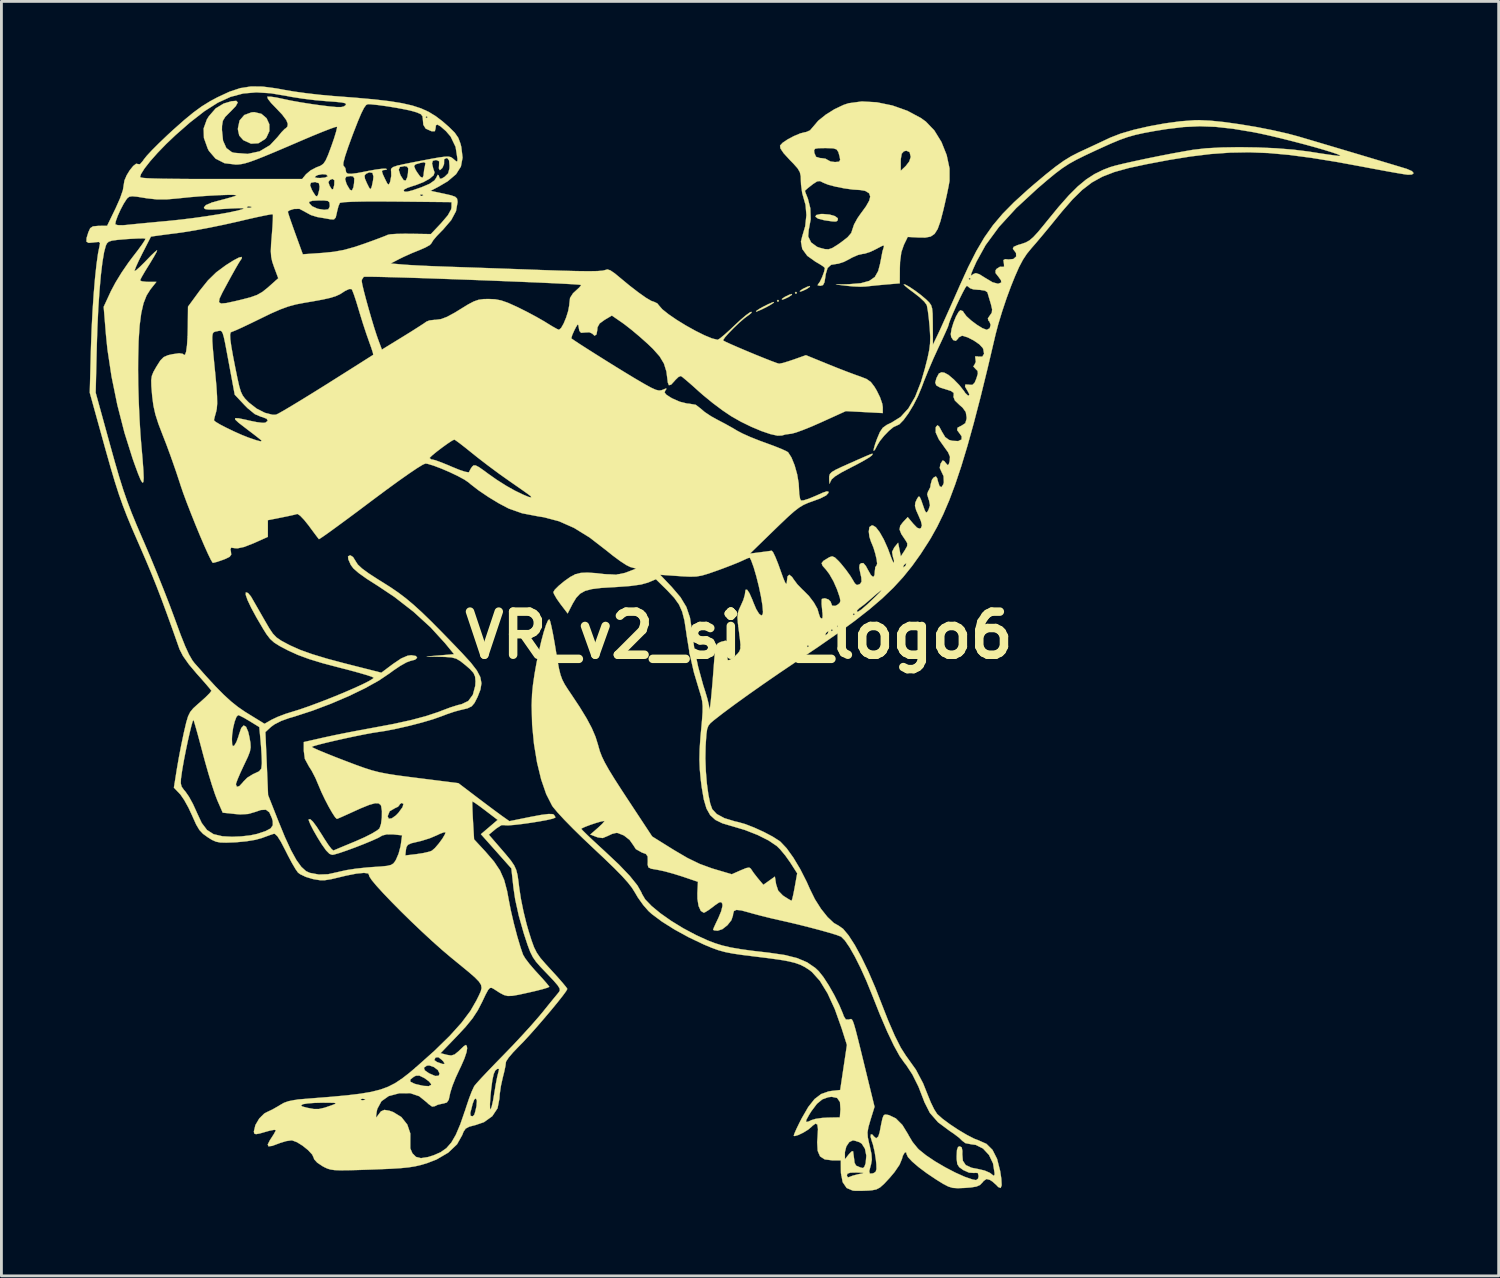
<source format=kicad_pcb>
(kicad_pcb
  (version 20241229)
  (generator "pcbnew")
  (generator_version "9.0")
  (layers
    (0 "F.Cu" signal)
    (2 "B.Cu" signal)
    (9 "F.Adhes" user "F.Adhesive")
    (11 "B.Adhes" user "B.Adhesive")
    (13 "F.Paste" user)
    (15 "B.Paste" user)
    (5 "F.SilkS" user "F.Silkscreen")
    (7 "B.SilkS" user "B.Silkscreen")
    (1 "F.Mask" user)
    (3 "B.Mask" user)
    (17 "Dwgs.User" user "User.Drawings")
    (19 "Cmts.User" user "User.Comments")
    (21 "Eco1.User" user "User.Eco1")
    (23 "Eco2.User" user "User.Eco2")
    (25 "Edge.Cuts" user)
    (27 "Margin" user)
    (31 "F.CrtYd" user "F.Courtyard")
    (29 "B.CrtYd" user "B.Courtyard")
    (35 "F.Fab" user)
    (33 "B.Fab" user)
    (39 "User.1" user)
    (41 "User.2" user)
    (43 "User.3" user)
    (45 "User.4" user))
  (footprint "VR_v2_silk_logo6"
    (layer "F.Cu")
    (at 23.067 19.399)
    (property "Reference" "VR_v2_silk_logo6" (at 0 0 0) (layer "F.SilkS") (effects (font (size 1.524 1.524) (thickness 0.3))))
    (attr through_hole)
    (fp_poly (pts (xy 1.411 -11.818) (xy 1.376 -11.783) (xy 1.341 -11.818) (xy 1.376 -11.853) (xy 1.411 -11.818)) (stroke (width 0.01) (type solid)) (fill yes) (layer "F.SilkS"))
    (fp_poly (pts (xy 2.046 -12.1) (xy 2.011 -12.065) (xy 1.976 -12.1) (xy 2.011 -12.136) (xy 2.046 -12.1)) (stroke (width 0.01) (type solid)) (fill yes) (layer "F.SilkS"))
    (fp_poly (pts (xy 1.869 -12.031) (xy 1.769 -11.962) (xy 1.764 -11.959) (xy 1.612 -11.885) (xy 1.517 -11.858) (xy 1.518 -11.887) (xy 1.617 -11.956) (xy 1.623 -11.959) (xy 1.775 -12.033) (xy 1.87 -12.06) (xy 1.869 -12.031)) (stroke (width 0.01) (type solid)) (fill yes) (layer "F.SilkS"))
    (fp_poly (pts (xy 2.504 -12.314) (xy 2.404 -12.244) (xy 2.399 -12.241) (xy 2.247 -12.168) (xy 2.152 -12.141) (xy 2.153 -12.169) (xy 2.252 -12.238) (xy 2.258 -12.241) (xy 2.41 -12.315) (xy 2.505 -12.342) (xy 2.504 -12.314)) (stroke (width 0.01) (type solid)) (fill yes) (layer "F.SilkS"))
    (fp_poly (pts (xy 1.22 -11.747) (xy 1.106 -11.673) (xy 0.988 -11.606) (xy 0.792 -11.509) (xy 0.644 -11.447) (xy 0.6 -11.436) (xy 0.615 -11.465) (xy 0.728 -11.54) (xy 0.847 -11.606) (xy 1.042 -11.704) (xy 1.19 -11.766) (xy 1.235 -11.776) (xy 1.22 -11.747)) (stroke (width 0.01) (type solid)) (fill yes) (layer "F.SilkS"))
    (fp_poly (pts (xy 3.202 -14.866) (xy 3.388 -14.812) (xy 3.49 -14.737) (xy 3.49 -14.672) (xy 3.459 -14.634) (xy 3.404 -14.619) (xy 3.289 -14.626) (xy 3.079 -14.656) (xy 3.004 -14.668) (xy 2.792 -14.723) (xy 2.699 -14.79) (xy 2.729 -14.85) (xy 2.886 -14.885) (xy 2.962 -14.887) (xy 3.202 -14.866)) (stroke (width 0.01) (type solid)) (fill yes) (layer "F.SilkS"))
    (fp_poly (pts (xy -16.879 -18.426) (xy -16.698 -18.272) (xy -16.599 -18.057) (xy -16.597 -17.817) (xy -16.703 -17.587) (xy -16.754 -17.53) (xy -16.986 -17.386) (xy -17.246 -17.372) (xy -17.505 -17.489) (xy -17.524 -17.503) (xy -17.662 -17.658) (xy -17.708 -17.862) (xy -17.709 -17.914) (xy -17.65 -18.191) (xy -17.483 -18.385) (xy -17.226 -18.479) (xy -17.128 -18.486) (xy -16.879 -18.426)) (stroke (width 0.01) (type solid)) (fill yes) (layer "F.SilkS"))
    (fp_poly (pts (xy 4.724 -6.409) (xy 4.713 -6.383) (xy 4.696 -6.357) (xy 4.616 -6.294) (xy 4.436 -6.185) (xy 4.186 -6.048) (xy 3.951 -5.927) (xy 3.619 -5.753) (xy 3.4 -5.619) (xy 3.275 -5.511) (xy 3.225 -5.418) (xy 3.225 -5.417) (xy 3.203 -5.353) (xy 3.19 -5.429) (xy 3.186 -5.503) (xy 3.186 -5.612) (xy 3.21 -5.695) (xy 3.28 -5.768) (xy 3.417 -5.849) (xy 3.644 -5.956) (xy 3.895 -6.068) (xy 4.242 -6.222) (xy 4.48 -6.326) (xy 4.627 -6.387) (xy 4.702 -6.413) (xy 4.724 -6.409)) (stroke (width 0.01) (type solid)) (fill yes) (layer "F.SilkS"))
    (fp_poly (pts (xy 4.87 -18.834) (xy 5.419 -18.721) (xy 5.95 -18.533) (xy 6.425 -18.279) (xy 6.601 -18.153) (xy 6.902 -17.839) (xy 7.154 -17.43) (xy 7.338 -16.969) (xy 7.439 -16.497) (xy 7.439 -16.056) (xy 7.438 -16.051) (xy 7.405 -15.863) (xy 7.347 -15.581) (xy 7.273 -15.251) (xy 7.221 -15.028) (xy 7.119 -14.634) (xy 7.022 -14.36) (xy 6.912 -14.185) (xy 6.772 -14.089) (xy 6.584 -14.053) (xy 6.356 -14.055) (xy 5.962 -14.076) (xy 5.826 -13.796) (xy 5.736 -13.535) (xy 5.691 -13.195) (xy 5.684 -12.977) (xy 5.68 -12.436) (xy 5.186 -12.394) (xy 4.901 -12.368) (xy 4.644 -12.342) (xy 4.48 -12.324) (xy 4.292 -12.316) (xy 4.033 -12.327) (xy 3.845 -12.345) (xy 3.422 -12.394) (xy 3.89 -12.406) (xy 4.305 -12.44) (xy 4.602 -12.522) (xy 4.8 -12.661) (xy 4.915 -12.865) (xy 4.923 -12.89) (xy 4.985 -13.127) (xy 5.029 -13.35) (xy 5.032 -13.37) (xy 5.07 -13.568) (xy 5.113 -13.706) (xy 5.125 -13.768) (xy 5.068 -13.764) (xy 4.92 -13.688) (xy 4.858 -13.654) (xy 4.641 -13.549) (xy 4.443 -13.485) (xy 4.374 -13.477) (xy 4.207 -13.439) (xy 3.995 -13.347) (xy 3.916 -13.302) (xy 3.706 -13.194) (xy 3.513 -13.131) (xy 3.457 -13.124) (xy 3.253 -13.09) (xy 3.13 -12.979) (xy 3.065 -12.765) (xy 3.052 -12.673) (xy 3.019 -12.471) (xy 2.967 -12.374) (xy 2.875 -12.348) (xy 2.866 -12.348) (xy 2.777 -12.367) (xy 2.793 -12.401) (xy 2.859 -12.493) (xy 2.938 -12.66) (xy 3.005 -12.84) (xy 3.034 -12.974) (xy 3.034 -12.977) (xy 2.977 -13.032) (xy 2.832 -13.126) (xy 2.71 -13.195) (xy 2.412 -13.408) (xy 2.235 -13.651) (xy 2.188 -13.911) (xy 2.23 -14.084) (xy 2.339 -14.454) (xy 2.381 -14.848) (xy 2.351 -15.21) (xy 2.302 -15.379) (xy 2.232 -15.629) (xy 2.222 -15.704) (xy 2.328 -15.704) (xy 2.353 -15.63) (xy 2.414 -15.477) (xy 2.434 -15.427) (xy 2.52 -15.087) (xy 2.533 -14.703) (xy 2.469 -14.353) (xy 2.464 -14.339) (xy 2.444 -14.093) (xy 2.548 -13.88) (xy 2.759 -13.726) (xy 2.848 -13.694) (xy 3.03 -13.646) (xy 3.164 -13.639) (xy 3.295 -13.683) (xy 3.47 -13.791) (xy 3.604 -13.884) (xy 3.837 -14.065) (xy 3.965 -14.215) (xy 4.009 -14.349) (xy 4.065 -14.515) (xy 4.182 -14.73) (xy 4.283 -14.876) (xy 4.487 -15.156) (xy 4.601 -15.357) (xy 4.637 -15.5) (xy 4.602 -15.607) (xy 4.588 -15.626) (xy 4.456 -15.704) (xy 4.283 -15.734) (xy 4.023 -15.75) (xy 3.716 -15.793) (xy 3.409 -15.854) (xy 3.148 -15.923) (xy 2.98 -15.991) (xy 2.976 -15.993) (xy 2.862 -16.05) (xy 2.761 -16.039) (xy 2.62 -15.949) (xy 2.571 -15.911) (xy 2.423 -15.794) (xy 2.337 -15.716) (xy 2.328 -15.704) (xy 2.222 -15.704) (xy 2.192 -15.923) (xy 2.187 -16.033) (xy 2.181 -16.224) (xy 2.149 -16.366) (xy 2.07 -16.5) (xy 1.923 -16.666) (xy 1.796 -16.795) (xy 1.575 -17.037) (xy 1.505 -17.143) (xy 2.653 -17.143) (xy 2.662 -17.047) (xy 2.664 -17.039) (xy 2.723 -16.906) (xy 2.858 -16.864) (xy 2.897 -16.863) (xy 3.057 -16.84) (xy 3.14 -16.792) (xy 3.235 -16.742) (xy 3.392 -16.722) (xy 3.536 -16.735) (xy 3.538 -16.737) (xy 5.715 -16.737) (xy 5.715 -16.415) (xy 5.891 -16.581) (xy 6.014 -16.74) (xy 6.068 -16.9) (xy 6.068 -16.906) (xy 6.028 -17.073) (xy 5.913 -17.123) (xy 5.827 -17.102) (xy 5.75 -17.018) (xy 5.717 -16.829) (xy 5.715 -16.737) (xy 3.538 -16.737) (xy 3.575 -16.802) (xy 3.555 -16.916) (xy 3.509 -17.079) (xy 3.447 -17.169) (xy 3.33 -17.207) (xy 3.12 -17.215) (xy 3.04 -17.216) (xy 2.811 -17.212) (xy 2.692 -17.193) (xy 2.653 -17.143) (xy 1.505 -17.143) (xy 1.462 -17.207) (xy 1.45 -17.305) (xy 1.54 -17.403) (xy 1.719 -17.523) (xy 1.941 -17.641) (xy 2.163 -17.734) (xy 2.34 -17.779) (xy 2.362 -17.78) (xy 2.509 -17.842) (xy 2.629 -17.982) (xy 2.8 -18.183) (xy 3.064 -18.396) (xy 3.379 -18.593) (xy 3.703 -18.745) (xy 3.874 -18.801) (xy 4.342 -18.864) (xy 4.87 -18.834)) (stroke (width 0.01) (type solid)) (fill yes) (layer "F.SilkS"))
    (fp_poly (pts (xy -16.832 -19.389) (xy -16.345 -19.324) (xy -16.078 -19.274) (xy -15.725 -19.214) (xy -15.283 -19.153) (xy -14.807 -19.098) (xy -14.348 -19.056) (xy -14.287 -19.052) (xy -13.523 -18.993) (xy -12.884 -18.935) (xy -12.352 -18.873) (xy -11.91 -18.802) (xy -11.543 -18.718) (xy -11.234 -18.617) (xy -10.965 -18.494) (xy -10.72 -18.344) (xy -10.482 -18.164) (xy -10.257 -17.967) (xy -10.048 -17.761) (xy -9.922 -17.58) (xy -9.843 -17.37) (xy -9.814 -17.252) (xy -9.77 -16.879) (xy -9.829 -16.564) (xy -10.001 -16.292) (xy -10.296 -16.042) (xy -10.61 -15.857) (xy -10.901 -15.704) (xy -10.425 -15.603) (xy -10.174 -15.546) (xy -10.031 -15.495) (xy -9.966 -15.433) (xy -9.949 -15.339) (xy -9.948 -15.298) (xy -10.002 -14.987) (xy -10.171 -14.671) (xy -10.463 -14.331) (xy -10.505 -14.29) (xy -10.683 -14.106) (xy -10.812 -13.952) (xy -10.865 -13.861) (xy -10.866 -13.858) (xy -10.926 -13.791) (xy -11.085 -13.702) (xy -11.271 -13.621) (xy -11.559 -13.504) (xy -11.851 -13.373) (xy -11.994 -13.303) (xy -12.311 -13.138) (xy -11.853 -13.098) (xy -11.621 -13.082) (xy -11.285 -13.064) (xy -10.882 -13.045) (xy -10.45 -13.029) (xy -10.231 -13.021) (xy -9.841 -13.008) (xy -9.344 -12.991) (xy -8.771 -12.971) (xy -8.156 -12.949) (xy -7.532 -12.927) (xy -6.975 -12.906) (xy -6.288 -12.883) (xy -5.736 -12.869) (xy -5.312 -12.864) (xy -5.008 -12.869) (xy -4.819 -12.884) (xy -4.745 -12.902) (xy -4.653 -12.928) (xy -4.546 -12.894) (xy -4.391 -12.788) (xy -4.226 -12.651) (xy -3.874 -12.36) (xy -3.556 -12.115) (xy -3.292 -11.928) (xy -3.098 -11.814) (xy -3.004 -11.783) (xy -2.887 -11.727) (xy -2.828 -11.653) (xy -2.71 -11.518) (xy -2.492 -11.344) (xy -2.205 -11.147) (xy -1.878 -10.946) (xy -1.54 -10.758) (xy -1.223 -10.6) (xy -0.954 -10.489) (xy -0.765 -10.443) (xy -0.752 -10.442) (xy -0.674 -10.489) (xy -0.522 -10.614) (xy -0.319 -10.796) (xy -0.172 -10.936) (xy 0.053 -11.145) (xy 0.247 -11.31) (xy 0.386 -11.41) (xy 0.433 -11.43) (xy 0.445 -11.399) (xy 0.356 -11.322) (xy 0.318 -11.297) (xy 0.177 -11.192) (xy -0.001 -11.036) (xy -0.19 -10.856) (xy -0.364 -10.677) (xy -0.496 -10.528) (xy -0.56 -10.434) (xy -0.56 -10.417) (xy -0.475 -10.37) (xy -0.289 -10.285) (xy -0.03 -10.172) (xy 0.272 -10.044) (xy 0.589 -9.912) (xy 0.891 -9.79) (xy 1.15 -9.688) (xy 1.336 -9.619) (xy 1.418 -9.596) (xy 1.533 -9.618) (xy 1.734 -9.677) (xy 1.94 -9.746) (xy 2.364 -9.897) (xy 3.14 -9.58) (xy 3.488 -9.44) (xy 3.829 -9.308) (xy 4.119 -9.2) (xy 4.284 -9.142) (xy 4.506 -9.056) (xy 4.657 -8.95) (xy 4.786 -8.781) (xy 4.866 -8.647) (xy 4.983 -8.409) (xy 5.061 -8.184) (xy 5.08 -8.062) (xy 5.08 -7.851) (xy 4.427 -7.886) (xy 3.773 -7.92) (xy 2.899 -7.523) (xy 2.562 -7.375) (xy 2.256 -7.252) (xy 2.012 -7.164) (xy 1.859 -7.123) (xy 1.842 -7.121) (xy 1.641 -7.095) (xy 1.517 -7.059) (xy 1.359 -7.053) (xy 1.107 -7.109) (xy 0.79 -7.217) (xy 0.433 -7.367) (xy 0.064 -7.547) (xy -0.282 -7.744) (xy -0.584 -7.948) (xy -0.931 -8.208) (xy -1.267 -8.483) (xy -1.413 -8.611) (xy -1.652 -8.826) (xy -1.856 -9.003) (xy -1.999 -9.122) (xy -2.056 -9.161) (xy -2.139 -9.128) (xy -2.255 -9.016) (xy -2.265 -9.002) (xy -2.399 -8.856) (xy -2.479 -8.835) (xy -2.518 -8.937) (xy -2.522 -8.977) (xy -2.566 -9.32) (xy -2.653 -9.6) (xy -2.805 -9.854) (xy -3.042 -10.121) (xy -3.233 -10.304) (xy -3.507 -10.548) (xy -3.79 -10.786) (xy -4.038 -10.98) (xy -4.132 -11.048) (xy -4.493 -11.297) (xy -4.751 -11.145) (xy -4.927 -11.017) (xy -5.001 -10.882) (xy -5.009 -10.788) (xy -5.037 -10.631) (xy -5.105 -10.584) (xy -5.19 -10.661) (xy -5.288 -10.706) (xy -5.437 -10.699) (xy -5.582 -10.688) (xy -5.643 -10.758) (xy -5.66 -10.851) (xy -5.679 -10.965) (xy -5.708 -10.978) (xy -5.767 -10.879) (xy -5.819 -10.778) (xy -5.894 -10.61) (xy -5.925 -10.503) (xy -5.922 -10.488) (xy -5.828 -10.422) (xy -5.638 -10.296) (xy -5.373 -10.126) (xy -5.057 -9.926) (xy -4.713 -9.71) (xy -4.363 -9.492) (xy -4.032 -9.289) (xy -3.742 -9.113) (xy -3.667 -9.068) (xy -3.337 -8.875) (xy -3.103 -8.747) (xy -2.941 -8.674) (xy -2.828 -8.648) (xy -2.741 -8.658) (xy -2.693 -8.676) (xy -2.576 -8.723) (xy -2.566 -8.701) (xy -2.601 -8.654) (xy -2.631 -8.583) (xy -2.577 -8.507) (xy -2.42 -8.404) (xy -2.357 -8.368) (xy -2.093 -8.252) (xy -1.838 -8.189) (xy -1.768 -8.184) (xy -1.528 -8.143) (xy -1.356 -8.01) (xy -1.214 -7.889) (xy -0.994 -7.742) (xy -0.763 -7.614) (xy -0.49 -7.471) (xy -0.225 -7.323) (xy -0.054 -7.221) (xy 0.128 -7.126) (xy 0.401 -7.004) (xy 0.723 -6.876) (xy 0.937 -6.798) (xy 1.239 -6.687) (xy 1.495 -6.585) (xy 1.672 -6.504) (xy 1.735 -6.465) (xy 1.853 -6.281) (xy 1.965 -6.005) (xy 2.055 -5.684) (xy 2.108 -5.369) (xy 2.117 -5.216) (xy 2.128 -4.987) (xy 2.158 -4.82) (xy 2.19 -4.761) (xy 2.285 -4.767) (xy 2.468 -4.825) (xy 2.701 -4.922) (xy 2.724 -4.932) (xy 2.964 -5.039) (xy 3.102 -5.085) (xy 3.159 -5.075) (xy 3.162 -5.032) (xy 3.079 -4.941) (xy 2.87 -4.834) (xy 2.634 -4.747) (xy 2.441 -4.678) (xy 2.279 -4.606) (xy 2.122 -4.511) (xy 1.949 -4.378) (xy 1.736 -4.189) (xy 1.46 -3.927) (xy 1.258 -3.732) (xy 0.388 -2.886) (xy 0.741 -2.931) (xy 0.957 -2.959) (xy 1.114 -2.981) (xy 1.157 -2.987) (xy 1.205 -2.93) (xy 1.284 -2.766) (xy 1.382 -2.523) (xy 1.452 -2.328) (xy 1.558 -2.032) (xy 1.629 -1.862) (xy 1.671 -1.809) (xy 1.688 -1.862) (xy 1.689 -1.883) (xy 1.714 -2.078) (xy 1.776 -2.138) (xy 1.872 -2.062) (xy 1.928 -1.978) (xy 2.063 -1.797) (xy 2.243 -1.612) (xy 2.276 -1.583) (xy 2.471 -1.386) (xy 2.646 -1.155) (xy 2.772 -0.931) (xy 2.82 -0.763) (xy 2.865 -0.631) (xy 2.903 -0.593) (xy 2.948 -0.603) (xy 2.956 -0.721) (xy 2.954 -0.741) (xy 4.022 -0.741) (xy 4.057 -0.706) (xy 4.092 -0.741) (xy 4.057 -0.776) (xy 4.022 -0.741) (xy 2.954 -0.741) (xy 2.943 -0.844) (xy 4.163 -0.844) (xy 4.203 -0.829) (xy 4.326 -0.91) (xy 4.535 -1.092) (xy 4.829 -1.37) (xy 4.981 -1.523) (xy 5.034 -1.586) (xy 4.992 -1.565) (xy 4.863 -1.462) (xy 4.652 -1.28) (xy 4.601 -1.235) (xy 4.432 -1.092) (xy 4.295 -0.988) (xy 4.262 -0.967) (xy 4.174 -0.881) (xy 4.163 -0.844) (xy 2.943 -0.844) (xy 2.938 -0.894) (xy 2.918 -1.103) (xy 2.92 -1.249) (xy 2.931 -1.285) (xy 3.034 -1.307) (xy 3.163 -1.262) (xy 3.242 -1.18) (xy 3.246 -1.16) (xy 3.29 -1.044) (xy 3.405 -1.037) (xy 3.494 -1.086) (xy 3.559 -1.144) (xy 3.582 -1.215) (xy 3.561 -1.335) (xy 3.492 -1.539) (xy 3.459 -1.631) (xy 3.338 -1.906) (xy 3.191 -2.163) (xy 3.077 -2.314) (xy 2.953 -2.454) (xy 2.918 -2.547) (xy 2.982 -2.628) (xy 3.157 -2.736) (xy 3.202 -2.761) (xy 3.292 -2.789) (xy 3.389 -2.748) (xy 3.523 -2.619) (xy 3.603 -2.53) (xy 3.779 -2.313) (xy 3.935 -2.096) (xy 3.998 -1.993) (xy 4.094 -1.832) (xy 4.165 -1.774) (xy 4.247 -1.798) (xy 4.283 -1.82) (xy 4.329 -1.893) (xy 4.321 -2.043) (xy 4.29 -2.179) (xy 4.249 -2.381) (xy 4.26 -2.492) (xy 4.311 -2.545) (xy 4.394 -2.55) (xy 4.484 -2.445) (xy 4.547 -2.327) (xy 4.662 -2.124) (xy 4.743 -2.057) (xy 4.788 -2.125) (xy 4.798 -2.258) (xy 4.816 -2.403) (xy 5.803 -2.403) (xy 5.813 -2.399) (xy 5.877 -2.449) (xy 5.891 -2.469) (xy 5.909 -2.535) (xy 5.9 -2.54) (xy 5.835 -2.49) (xy 5.821 -2.469) (xy 5.803 -2.403) (xy 4.816 -2.403) (xy 4.816 -2.406) (xy 4.861 -2.469) (xy 4.862 -2.469) (xy 4.881 -2.529) (xy 4.863 -2.68) (xy 4.816 -2.882) (xy 4.752 -3.094) (xy 4.679 -3.274) (xy 4.667 -3.297) (xy 4.607 -3.481) (xy 4.586 -3.664) (xy 4.607 -3.821) (xy 4.686 -3.878) (xy 4.728 -3.881) (xy 4.835 -3.817) (xy 4.969 -3.644) (xy 5.115 -3.387) (xy 5.258 -3.069) (xy 5.365 -2.778) (xy 5.425 -2.626) (xy 5.47 -2.559) (xy 5.477 -2.561) (xy 5.477 -2.641) (xy 5.438 -2.773) (xy 5.408 -2.945) (xy 5.486 -3.101) (xy 5.495 -3.112) (xy 5.622 -3.269) (xy 5.718 -2.788) (xy 5.856 -2.998) (xy 5.942 -3.149) (xy 5.946 -3.252) (xy 5.888 -3.35) (xy 5.735 -3.578) (xy 5.673 -3.738) (xy 5.697 -3.868) (xy 5.792 -3.993) (xy 5.962 -4.174) (xy 6.156 -3.942) (xy 6.294 -3.799) (xy 6.387 -3.766) (xy 6.43 -3.791) (xy 6.464 -3.88) (xy 6.428 -4.033) (xy 6.36 -4.193) (xy 6.259 -4.421) (xy 6.218 -4.572) (xy 6.232 -4.692) (xy 6.291 -4.82) (xy 6.342 -4.898) (xy 6.384 -4.892) (xy 6.435 -4.782) (xy 6.491 -4.621) (xy 6.561 -4.421) (xy 6.608 -4.338) (xy 6.65 -4.354) (xy 6.697 -4.434) (xy 6.749 -4.594) (xy 6.715 -4.767) (xy 6.699 -4.808) (xy 6.649 -4.981) (xy 6.683 -5.087) (xy 6.693 -5.098) (xy 6.759 -5.231) (xy 6.773 -5.332) (xy 6.819 -5.497) (xy 6.879 -5.574) (xy 6.956 -5.614) (xy 7.003 -5.55) (xy 7.029 -5.441) (xy 7.086 -5.27) (xy 7.153 -5.232) (xy 7.218 -5.331) (xy 7.238 -5.398) (xy 7.228 -5.624) (xy 7.167 -5.752) (xy 7.093 -5.913) (xy 7.119 -6.054) (xy 7.13 -6.074) (xy 7.195 -6.176) (xy 7.253 -6.155) (xy 7.302 -6.091) (xy 7.373 -6.011) (xy 7.413 -6.044) (xy 7.445 -6.154) (xy 7.455 -6.307) (xy 7.388 -6.466) (xy 7.279 -6.617) (xy 7.059 -6.927) (xy 6.951 -7.165) (xy 6.95 -7.338) (xy 6.964 -7.369) (xy 7.014 -7.421) (xy 7.072 -7.376) (xy 7.158 -7.218) (xy 7.166 -7.201) (xy 7.285 -7.003) (xy 7.424 -6.902) (xy 7.537 -6.871) (xy 7.748 -6.861) (xy 7.864 -6.918) (xy 7.867 -7.028) (xy 7.809 -7.112) (xy 7.708 -7.249) (xy 7.724 -7.335) (xy 7.865 -7.408) (xy 7.867 -7.408) (xy 7.996 -7.493) (xy 8.041 -7.643) (xy 8.043 -7.706) (xy 8.013 -7.888) (xy 7.9 -8.044) (xy 7.793 -8.137) (xy 7.628 -8.296) (xy 7.578 -8.424) (xy 7.585 -8.468) (xy 7.586 -8.563) (xy 7.495 -8.63) (xy 7.359 -8.675) (xy 7.107 -8.753) (xy 6.973 -8.829) (xy 6.934 -8.926) (xy 6.972 -9.068) (xy 6.984 -9.1) (xy 7.064 -9.25) (xy 7.158 -9.293) (xy 7.258 -9.278) (xy 7.402 -9.199) (xy 7.59 -9.04) (xy 7.785 -8.839) (xy 7.95 -8.63) (xy 7.994 -8.562) (xy 8.084 -8.477) (xy 8.121 -8.467) (xy 8.139 -8.514) (xy 8.083 -8.623) (xy 7.988 -8.785) (xy 7.998 -8.86) (xy 8.115 -8.857) (xy 8.134 -8.852) (xy 8.248 -8.847) (xy 8.326 -8.924) (xy 8.387 -9.068) (xy 8.44 -9.242) (xy 8.43 -9.341) (xy 8.357 -9.414) (xy 8.28 -9.499) (xy 8.318 -9.555) (xy 8.368 -9.658) (xy 8.357 -9.75) (xy 8.343 -9.851) (xy 8.42 -9.856) (xy 8.46 -9.845) (xy 8.599 -9.848) (xy 8.66 -9.948) (xy 8.631 -10.113) (xy 8.611 -10.154) (xy 8.495 -10.279) (xy 8.301 -10.413) (xy 8.085 -10.525) (xy 7.904 -10.582) (xy 7.877 -10.583) (xy 7.766 -10.526) (xy 7.736 -10.479) (xy 7.662 -10.403) (xy 7.57 -10.431) (xy 7.499 -10.537) (xy 7.483 -10.644) (xy 7.512 -10.827) (xy 7.58 -11.049) (xy 7.668 -11.264) (xy 7.759 -11.425) (xy 7.822 -11.486) (xy 7.911 -11.454) (xy 7.946 -11.397) (xy 8.036 -11.276) (xy 8.204 -11.123) (xy 8.407 -10.971) (xy 8.602 -10.851) (xy 8.746 -10.796) (xy 8.759 -10.795) (xy 8.859 -10.849) (xy 8.892 -10.968) (xy 8.848 -11.087) (xy 8.815 -11.115) (xy 8.794 -11.197) (xy 8.861 -11.296) (xy 8.933 -11.399) (xy 8.945 -11.515) (xy 8.902 -11.701) (xy 8.893 -11.73) (xy 8.832 -11.934) (xy 8.787 -12.087) (xy 8.778 -12.118) (xy 8.695 -12.177) (xy 8.515 -12.205) (xy 8.473 -12.206) (xy 8.284 -12.222) (xy 8.163 -12.263) (xy 8.149 -12.277) (xy 8.065 -12.344) (xy 8.047 -12.347) (xy 8.001 -12.288) (xy 7.915 -12.131) (xy 7.804 -11.909) (xy 7.684 -11.654) (xy 7.57 -11.4) (xy 7.477 -11.179) (xy 7.419 -11.023) (xy 7.408 -10.974) (xy 7.38 -10.893) (xy 7.301 -10.713) (xy 7.185 -10.46) (xy 7.049 -10.171) (xy 6.873 -9.787) (xy 6.692 -9.365) (xy 6.531 -8.968) (xy 6.456 -8.766) (xy 6.323 -8.447) (xy 6.161 -8.13) (xy 5.986 -7.841) (xy 5.816 -7.608) (xy 5.668 -7.455) (xy 5.57 -7.408) (xy 5.458 -7.357) (xy 5.299 -7.226) (xy 5.127 -7.049) (xy 4.977 -6.863) (xy 4.894 -6.728) (xy 4.805 -6.559) (xy 4.76 -6.513) (xy 4.761 -6.579) (xy 4.807 -6.745) (xy 4.88 -6.949) (xy 4.98 -7.184) (xy 5.08 -7.331) (xy 5.223 -7.434) (xy 5.393 -7.516) (xy 5.71 -7.714) (xy 5.985 -8.014) (xy 6.224 -8.425) (xy 6.433 -8.958) (xy 6.567 -9.418) (xy 6.662 -9.791) (xy 6.721 -10.073) (xy 6.751 -10.307) (xy 6.757 -10.538) (xy 6.742 -10.81) (xy 6.736 -10.896) (xy 6.707 -11.198) (xy 6.674 -11.459) (xy 6.642 -11.637) (xy 6.63 -11.677) (xy 6.547 -11.789) (xy 6.382 -11.944) (xy 6.185 -12.098) (xy 5.993 -12.241) (xy 5.862 -12.35) (xy 5.818 -12.403) (xy 5.818 -12.403) (xy 5.89 -12.385) (xy 6.038 -12.301) (xy 6.229 -12.172) (xy 6.429 -12.022) (xy 6.606 -11.872) (xy 6.615 -11.864) (xy 6.72 -11.761) (xy 6.787 -11.667) (xy 6.824 -11.547) (xy 6.842 -11.368) (xy 6.847 -11.094) (xy 6.848 -10.958) (xy 6.852 -10.266) (xy 7.022 -10.619) (xy 7.102 -10.791) (xy 7.227 -11.067) (xy 7.386 -11.42) (xy 7.567 -11.825) (xy 7.758 -12.257) (xy 7.795 -12.342) (xy 7.91 -12.594) (xy 8.114 -12.594) (xy 8.149 -12.559) (xy 8.184 -12.594) (xy 8.149 -12.629) (xy 8.114 -12.594) (xy 7.91 -12.594) (xy 7.966 -12.717) (xy 8.196 -12.717) (xy 8.23 -12.724) (xy 8.283 -12.765) (xy 8.37 -12.797) (xy 8.496 -12.756) (xy 8.689 -12.635) (xy 8.961 -12.473) (xy 9.154 -12.421) (xy 9.267 -12.465) (xy 9.258 -12.543) (xy 9.17 -12.667) (xy 9.163 -12.675) (xy 9.064 -12.802) (xy 9.066 -12.895) (xy 9.103 -12.948) (xy 9.222 -13.022) (xy 9.297 -13.02) (xy 9.367 -13.022) (xy 9.363 -13.126) (xy 9.358 -13.145) (xy 9.344 -13.258) (xy 9.407 -13.291) (xy 9.526 -13.279) (xy 9.697 -13.297) (xy 9.794 -13.384) (xy 9.789 -13.507) (xy 9.746 -13.566) (xy 9.678 -13.656) (xy 9.704 -13.724) (xy 9.841 -13.786) (xy 9.989 -13.83) (xy 10.133 -13.88) (xy 10.263 -13.952) (xy 10.399 -14.068) (xy 10.566 -14.249) (xy 10.786 -14.515) (xy 10.881 -14.633) (xy 11.297 -15.14) (xy 11.654 -15.544) (xy 11.972 -15.861) (xy 12.269 -16.107) (xy 12.564 -16.298) (xy 12.875 -16.45) (xy 13.114 -16.542) (xy 13.299 -16.596) (xy 13.595 -16.668) (xy 13.975 -16.753) (xy 14.41 -16.846) (xy 14.874 -16.94) (xy 15.339 -17.03) (xy 15.776 -17.109) (xy 16.051 -17.156) (xy 16.502 -17.208) (xy 17.057 -17.238) (xy 17.679 -17.248) (xy 18.333 -17.238) (xy 18.983 -17.209) (xy 19.593 -17.16) (xy 20.128 -17.094) (xy 20.172 -17.087) (xy 20.528 -17.03) (xy 20.841 -16.984) (xy 21.08 -16.952) (xy 21.216 -16.937) (xy 21.23 -16.937) (xy 21.247 -16.956) (xy 21.145 -17.002) (xy 20.945 -17.07) (xy 20.666 -17.156) (xy 20.326 -17.254) (xy 19.945 -17.358) (xy 19.542 -17.463) (xy 19.137 -17.565) (xy 18.748 -17.657) (xy 18.395 -17.735) (xy 18.163 -17.781) (xy 17.461 -17.898) (xy 16.847 -17.966) (xy 16.279 -17.987) (xy 15.712 -17.96) (xy 15.103 -17.887) (xy 14.695 -17.821) (xy 14.315 -17.751) (xy 14.007 -17.683) (xy 13.731 -17.605) (xy 13.451 -17.505) (xy 13.127 -17.37) (xy 12.723 -17.187) (xy 12.627 -17.143) (xy 12.228 -16.956) (xy 11.917 -16.802) (xy 11.66 -16.659) (xy 11.425 -16.505) (xy 11.18 -16.321) (xy 10.892 -16.084) (xy 10.549 -15.79) (xy 9.799 -15.098) (xy 9.187 -14.43) (xy 8.713 -13.786) (xy 8.39 -13.202) (xy 8.271 -12.937) (xy 8.208 -12.782) (xy 8.196 -12.717) (xy 7.966 -12.717) (xy 8.1 -13.011) (xy 8.385 -13.573) (xy 8.669 -14.056) (xy 8.972 -14.486) (xy 9.315 -14.892) (xy 9.718 -15.301) (xy 10.201 -15.741) (xy 10.429 -15.938) (xy 10.847 -16.289) (xy 11.188 -16.56) (xy 11.477 -16.767) (xy 11.739 -16.928) (xy 11.997 -17.06) (xy 12.016 -17.069) (xy 12.366 -17.231) (xy 12.749 -17.41) (xy 13.091 -17.571) (xy 13.123 -17.586) (xy 13.489 -17.728) (xy 13.957 -17.864) (xy 14.489 -17.986) (xy 15.048 -18.088) (xy 15.595 -18.162) (xy 16.092 -18.2) (xy 16.263 -18.203) (xy 16.654 -18.185) (xy 17.146 -18.135) (xy 17.701 -18.057) (xy 18.285 -17.96) (xy 18.86 -17.847) (xy 19.393 -17.726) (xy 19.756 -17.629) (xy 20.053 -17.541) (xy 20.439 -17.427) (xy 20.889 -17.293) (xy 21.377 -17.148) (xy 21.876 -16.999) (xy 22.361 -16.854) (xy 22.806 -16.72) (xy 23.185 -16.606) (xy 23.472 -16.519) (xy 23.601 -16.48) (xy 23.78 -16.402) (xy 23.841 -16.33) (xy 23.781 -16.281) (xy 23.636 -16.274) (xy 23.513 -16.291) (xy 23.277 -16.33) (xy 22.952 -16.387) (xy 22.563 -16.459) (xy 22.135 -16.539) (xy 22.119 -16.543) (xy 21.125 -16.726) (xy 20.242 -16.869) (xy 19.448 -16.974) (xy 18.717 -17.04) (xy 18.026 -17.067) (xy 17.351 -17.055) (xy 16.669 -17.006) (xy 15.955 -16.919) (xy 15.187 -16.795) (xy 14.399 -16.646) (xy 13.776 -16.512) (xy 13.267 -16.371) (xy 12.841 -16.206) (xy 12.472 -16.002) (xy 12.13 -15.74) (xy 11.787 -15.404) (xy 11.415 -14.977) (xy 11.24 -14.762) (xy 10.986 -14.45) (xy 10.723 -14.133) (xy 10.487 -13.853) (xy 10.336 -13.68) (xy 10.173 -13.481) (xy 10.033 -13.269) (xy 9.896 -13.01) (xy 9.748 -12.674) (xy 9.613 -12.339) (xy 9.455 -11.912) (xy 9.299 -11.446) (xy 9.162 -10.997) (xy 9.063 -10.621) (xy 9.063 -10.619) (xy 8.789 -9.454) (xy 8.535 -8.418) (xy 8.296 -7.499) (xy 8.07 -6.686) (xy 7.853 -5.969) (xy 7.641 -5.336) (xy 7.432 -4.777) (xy 7.22 -4.281) (xy 7.003 -3.836) (xy 6.777 -3.431) (xy 6.707 -3.317) (xy 6.413 -2.861) (xy 6.114 -2.444) (xy 5.798 -2.053) (xy 5.452 -1.677) (xy 5.062 -1.303) (xy 4.614 -0.919) (xy 4.096 -0.513) (xy 3.494 -0.073) (xy 2.794 0.414) (xy 2.073 0.899) (xy 1.474 1.302) (xy 0.89 1.704) (xy 0.341 2.09) (xy -0.152 2.445) (xy -0.569 2.755) (xy -0.889 3.004) (xy -0.906 3.018) (xy -1.012 3.109) (xy -1.082 3.197) (xy -1.126 3.313) (xy -1.152 3.491) (xy -1.171 3.761) (xy -1.181 3.932) (xy -1.189 4.353) (xy -1.173 4.8) (xy -1.137 5.237) (xy -1.083 5.633) (xy -1.017 5.952) (xy -0.947 6.147) (xy -0.789 6.318) (xy -0.514 6.466) (xy -0.144 6.579) (xy -0.036 6.602) (xy 0.218 6.674) (xy 0.539 6.799) (xy 0.879 6.954) (xy 1.19 7.118) (xy 1.426 7.269) (xy 1.466 7.3) (xy 1.683 7.53) (xy 1.922 7.863) (xy 2.165 8.269) (xy 2.393 8.718) (xy 2.502 8.964) (xy 2.681 9.328) (xy 2.897 9.669) (xy 3.128 9.959) (xy 3.352 10.17) (xy 3.519 10.264) (xy 3.678 10.376) (xy 3.871 10.607) (xy 4.089 10.945) (xy 4.324 11.375) (xy 4.569 11.883) (xy 4.815 12.453) (xy 4.994 12.912) (xy 5.264 13.601) (xy 5.504 14.155) (xy 5.716 14.575) (xy 5.901 14.865) (xy 5.918 14.887) (xy 6.25 15.352) (xy 6.506 15.837) (xy 6.663 16.23) (xy 6.775 16.506) (xy 6.893 16.749) (xy 6.996 16.911) (xy 7.007 16.924) (xy 7.188 17.086) (xy 7.448 17.279) (xy 7.748 17.478) (xy 8.049 17.657) (xy 8.311 17.792) (xy 8.463 17.85) (xy 8.744 17.975) (xy 8.959 18.189) (xy 9.119 18.505) (xy 9.229 18.937) (xy 9.27 19.209) (xy 9.282 19.437) (xy 9.246 19.534) (xy 9.161 19.501) (xy 9.098 19.434) (xy 8.959 19.309) (xy 8.867 19.249) (xy 8.748 19.216) (xy 8.645 19.286) (xy 8.603 19.339) (xy 8.514 19.429) (xy 8.389 19.484) (xy 8.19 19.516) (xy 7.98 19.532) (xy 7.733 19.542) (xy 7.555 19.531) (xy 7.398 19.484) (xy 7.215 19.389) (xy 6.968 19.236) (xy 6.637 19.014) (xy 6.346 18.796) (xy 6.118 18.6) (xy 5.971 18.443) (xy 5.927 18.351) (xy 5.903 18.268) (xy 5.849 18.291) (xy 5.789 18.396) (xy 5.757 18.51) (xy 5.673 18.712) (xy 5.495 18.973) (xy 5.326 19.174) (xy 5.128 19.387) (xy 4.983 19.516) (xy 4.853 19.584) (xy 4.699 19.615) (xy 4.568 19.626) (xy 4.318 19.635) (xy 4.099 19.633) (xy 4.022 19.627) (xy 3.803 19.534) (xy 3.662 19.327) (xy 3.618 19.089) (xy 3.81 19.089) (xy 3.846 19.161) (xy 3.896 19.146) (xy 4.02 19.098) (xy 4.209 19.049) (xy 4.231 19.045) (xy 4.372 19.015) (xy 4.396 19) (xy 4.295 18.992) (xy 4.145 18.988) (xy 3.933 18.993) (xy 3.832 19.03) (xy 3.81 19.089) (xy 3.618 19.089) (xy 3.602 19.008) (xy 3.6 18.927) (xy 3.598 18.556) (xy 3.282 18.556) (xy 3.029 18.524) (xy 2.864 18.417) (xy 2.812 18.297) (xy 3.741 18.297) (xy 3.743 18.521) (xy 3.881 18.344) (xy 3.977 18.244) (xy 4.029 18.233) (xy 4.031 18.239) (xy 4.072 18.542) (xy 4.082 18.639) (xy 4.137 18.744) (xy 4.296 18.811) (xy 4.384 18.83) (xy 4.433 18.777) (xy 4.475 18.658) (xy 4.499 18.391) (xy 4.45 18.147) (xy 4.338 17.97) (xy 4.255 17.916) (xy 4.103 17.866) (xy 4.022 17.851) (xy 3.895 17.913) (xy 3.792 18.067) (xy 3.742 18.264) (xy 3.741 18.297) (xy 2.812 18.297) (xy 2.779 18.219) (xy 2.762 17.914) (xy 2.774 17.744) (xy 2.79 17.454) (xy 2.768 17.293) (xy 2.704 17.257) (xy 2.595 17.338) (xy 2.567 17.368) (xy 2.443 17.472) (xy 2.271 17.578) (xy 2.099 17.661) (xy 1.97 17.699) (xy 1.934 17.691) (xy 1.953 17.622) (xy 2.025 17.456) (xy 2.138 17.223) (xy 2.149 17.203) (xy 2.369 17.203) (xy 2.453 17.187) (xy 2.558 17.136) (xy 2.708 17.091) (xy 2.941 17.058) (xy 3.135 17.047) (xy 3.563 17.039) (xy 3.584 16.751) (xy 3.567 16.496) (xy 3.466 16.352) (xy 3.274 16.312) (xy 3.152 16.327) (xy 2.944 16.402) (xy 2.754 16.558) (xy 2.558 16.818) (xy 2.475 16.951) (xy 2.378 17.128) (xy 2.369 17.203) (xy 2.149 17.203) (xy 2.216 17.071) (xy 2.447 16.672) (xy 2.669 16.392) (xy 2.901 16.215) (xy 3.163 16.122) (xy 3.268 16.105) (xy 3.575 16.071) (xy 3.694 15.275) (xy 3.813 14.479) (xy 3.627 13.892) (xy 3.387 13.218) (xy 3.129 12.656) (xy 2.858 12.214) (xy 2.579 11.903) (xy 2.481 11.826) (xy 2.324 11.725) (xy 2.163 11.644) (xy 1.977 11.578) (xy 1.741 11.521) (xy 1.432 11.467) (xy 1.027 11.411) (xy 0.571 11.355) (xy 0.119 11.299) (xy -0.226 11.248) (xy -0.5 11.194) (xy -0.735 11.129) (xy -0.967 11.045) (xy -1.229 10.935) (xy -1.239 10.931) (xy -1.773 10.677) (xy -2.279 10.4) (xy -2.725 10.119) (xy -3.081 9.853) (xy -3.197 9.749) (xy -3.384 9.536) (xy -3.575 9.268) (xy -3.678 9.093) (xy -3.781 8.928) (xy -3.929 8.738) (xy -4.136 8.507) (xy -4.415 8.224) (xy -4.778 7.874) (xy -5.131 7.542) (xy -5.516 7.178) (xy -5.86 6.841) (xy -5.574 6.841) (xy -5.524 6.9) (xy -5.387 7.036) (xy -5.181 7.232) (xy -4.923 7.471) (xy -4.758 7.622) (xy -4.249 8.1) (xy -3.861 8.506) (xy -3.593 8.839) (xy -3.445 9.099) (xy -3.431 9.14) (xy -3.317 9.334) (xy -3.093 9.567) (xy -2.781 9.825) (xy -2.402 10.092) (xy -1.975 10.354) (xy -1.522 10.595) (xy -1.11 10.784) (xy -0.853 10.883) (xy -0.592 10.964) (xy -0.3 11.033) (xy 0.051 11.094) (xy 0.487 11.154) (xy 1.036 11.217) (xy 1.053 11.219) (xy 1.611 11.3) (xy 2.054 11.41) (xy 2.407 11.56) (xy 2.695 11.758) (xy 2.816 11.872) (xy 2.98 12.078) (xy 3.172 12.374) (xy 3.366 12.716) (xy 3.54 13.064) (xy 3.671 13.373) (xy 3.701 13.461) (xy 3.774 13.579) (xy 3.883 13.581) (xy 3.925 13.567) (xy 3.96 13.563) (xy 3.992 13.584) (xy 4.026 13.646) (xy 4.067 13.763) (xy 4.121 13.951) (xy 4.191 14.223) (xy 4.284 14.596) (xy 4.403 15.083) (xy 4.473 15.37) (xy 4.789 16.665) (xy 4.646 17.127) (xy 4.572 17.383) (xy 4.541 17.567) (xy 4.551 17.743) (xy 4.6 17.973) (xy 4.618 18.045) (xy 4.68 18.331) (xy 4.694 18.536) (xy 4.663 18.711) (xy 4.652 18.745) (xy 4.602 18.939) (xy 4.622 19.025) (xy 4.72 19.02) (xy 4.76 19.006) (xy 4.828 18.961) (xy 4.857 18.869) (xy 4.853 18.697) (xy 4.836 18.531) (xy 4.793 18.254) (xy 4.733 17.998) (xy 4.69 17.871) (xy 4.648 17.719) (xy 4.661 17.636) (xy 4.717 17.65) (xy 4.763 17.709) (xy 4.847 17.778) (xy 4.922 17.715) (xy 4.969 17.568) (xy 5.027 17.265) (xy 5.069 17.075) (xy 5.108 16.974) (xy 5.157 16.939) (xy 5.229 16.945) (xy 5.301 16.96) (xy 5.541 17.074) (xy 5.772 17.306) (xy 5.973 17.633) (xy 5.993 17.674) (xy 6.133 17.909) (xy 6.317 18.135) (xy 6.36 18.178) (xy 6.606 18.377) (xy 6.924 18.591) (xy 7.28 18.8) (xy 7.642 18.989) (xy 7.976 19.139) (xy 8.251 19.233) (xy 8.378 19.256) (xy 8.449 19.202) (xy 8.467 19.112) (xy 8.44 19.004) (xy 8.334 18.998) (xy 8.312 19.004) (xy 8.128 18.992) (xy 7.923 18.9) (xy 7.782 18.798) (xy 7.713 18.688) (xy 7.692 18.513) (xy 7.691 18.409) (xy 7.702 18.191) (xy 7.741 18.085) (xy 7.799 18.062) (xy 7.87 18.099) (xy 7.894 18.228) (xy 7.891 18.344) (xy 7.91 18.571) (xy 8.012 18.724) (xy 8.217 18.819) (xy 8.459 18.866) (xy 8.683 18.919) (xy 8.864 18.998) (xy 8.902 19.026) (xy 8.998 19.102) (xy 9.028 19.074) (xy 9.031 19.008) (xy 8.977 18.666) (xy 8.834 18.367) (xy 8.623 18.14) (xy 8.366 18.011) (xy 8.218 17.992) (xy 8.001 17.95) (xy 7.889 17.866) (xy 7.78 17.76) (xy 7.596 17.62) (xy 7.444 17.517) (xy 7.034 17.212) (xy 6.744 16.88) (xy 6.549 16.494) (xy 6.53 16.439) (xy 6.342 15.954) (xy 6.127 15.523) (xy 5.905 15.184) (xy 5.852 15.12) (xy 5.678 14.874) (xy 5.472 14.5) (xy 5.236 14.004) (xy 4.975 13.395) (xy 4.699 12.699) (xy 4.503 12.218) (xy 4.299 11.766) (xy 4.098 11.364) (xy 3.909 11.032) (xy 3.744 10.79) (xy 3.614 10.658) (xy 3.598 10.649) (xy 3.456 10.595) (xy 3.206 10.518) (xy 2.876 10.425) (xy 2.497 10.325) (xy 2.098 10.224) (xy 1.709 10.132) (xy 1.517 10.089) (xy 1.155 10.007) (xy 0.787 9.916) (xy 0.471 9.832) (xy 0.363 9.801) (xy 0.083 9.725) (xy -0.09 9.706) (xy -0.179 9.747) (xy -0.21 9.852) (xy -0.212 9.896) (xy -0.269 10.069) (xy -0.41 10.248) (xy -0.589 10.388) (xy -0.754 10.442) (xy -0.88 10.43) (xy -0.917 10.409) (xy -0.889 10.332) (xy -0.814 10.168) (xy -0.73 9.993) (xy -0.631 9.756) (xy -0.585 9.568) (xy -0.589 9.492) (xy -0.63 9.431) (xy -0.702 9.442) (xy -0.837 9.533) (xy -0.91 9.59) (xy -1.08 9.716) (xy -1.209 9.794) (xy -1.246 9.807) (xy -1.351 9.742) (xy -1.43 9.567) (xy -1.47 9.313) (xy -1.472 9.113) (xy -1.452 8.714) (xy -2.014 8.523) (xy -2.326 8.426) (xy -2.634 8.342) (xy -2.879 8.29) (xy -2.907 8.285) (xy -3.107 8.251) (xy -3.203 8.203) (xy -3.229 8.107) (xy -3.225 7.988) (xy -3.229 7.816) (xy -3.293 7.729) (xy -3.431 7.679) (xy -3.646 7.558) (xy -3.734 7.422) (xy -3.866 7.234) (xy -4.068 7.076) (xy -4.282 6.99) (xy -4.339 6.985) (xy -4.484 7.02) (xy -4.646 7.096) (xy -4.817 7.167) (xy -4.987 7.145) (xy -5.045 7.125) (xy -5.256 7.043) (xy -4.98 6.802) (xy -4.837 6.669) (xy -4.762 6.581) (xy -4.762 6.562) (xy -4.875 6.582) (xy -5.055 6.634) (xy -5.259 6.702) (xy -5.44 6.771) (xy -5.555 6.824) (xy -5.574 6.841) (xy -5.86 6.841) (xy -5.87 6.831) (xy -6.176 6.519) (xy -6.416 6.259) (xy -6.574 6.069) (xy -6.607 6.021) (xy -6.814 5.615) (xy -6.992 5.097) (xy -7.138 4.496) (xy -7.246 3.84) (xy -7.312 3.158) (xy -7.329 2.477) (xy -7.314 2.074) (xy -7.282 1.753) (xy -7.228 1.382) (xy -7.158 0.986) (xy -7.076 0.589) (xy -6.989 0.215) (xy -6.902 -0.111) (xy -6.82 -0.365) (xy -6.75 -0.523) (xy -6.706 -0.564) (xy -6.676 -0.499) (xy -6.631 -0.318) (xy -6.575 -0.045) (xy -6.514 0.294) (xy -6.484 0.476) (xy -6.418 0.88) (xy -6.364 1.175) (xy -6.31 1.395) (xy -6.246 1.57) (xy -6.162 1.733) (xy -6.046 1.915) (xy -5.957 2.046) (xy -5.633 2.534) (xy -5.387 2.937) (xy -5.204 3.28) (xy -5.073 3.586) (xy -4.981 3.88) (xy -4.972 3.916) (xy -4.919 4.099) (xy -4.847 4.286) (xy -4.745 4.497) (xy -4.603 4.75) (xy -4.408 5.068) (xy -4.151 5.468) (xy -3.959 5.761) (xy -3.069 7.112) (xy -2.302 7.59) (xy -1.818 7.874) (xy -1.388 8.082) (xy -0.967 8.236) (xy -0.896 8.258) (xy -0.256 8.447) (xy 0.059 8.308) (xy 0.251 8.229) (xy 0.358 8.21) (xy 0.417 8.249) (xy 0.435 8.279) (xy 0.52 8.403) (xy 0.65 8.57) (xy 0.678 8.604) (xy 0.86 8.82) (xy 1.063 8.675) (xy 1.267 8.53) (xy 1.31 8.8) (xy 1.385 9.027) (xy 1.547 9.195) (xy 1.593 9.227) (xy 1.749 9.325) (xy 1.846 9.38) (xy 1.857 9.384) (xy 1.881 9.32) (xy 1.92 9.153) (xy 1.966 8.916) (xy 1.969 8.899) (xy 2.056 8.414) (xy 1.808 8.027) (xy 1.637 7.786) (xy 1.454 7.567) (xy 1.335 7.449) (xy 1.045 7.253) (xy 0.656 7.058) (xy 0.21 6.883) (xy -0.253 6.745) (xy -0.259 6.744) (xy -0.587 6.647) (xy -0.835 6.526) (xy -1.018 6.359) (xy -1.15 6.124) (xy -1.245 5.801) (xy -1.319 5.368) (xy -1.35 5.121) (xy -1.386 4.744) (xy -1.4 4.397) (xy -1.392 4.029) (xy -1.362 3.591) (xy -1.344 3.398) (xy -1.308 3.003) (xy -1.288 2.716) (xy -1.286 2.503) (xy -1.301 2.333) (xy -1.336 2.174) (xy -1.391 1.991) (xy -1.399 1.967) (xy -1.595 1.31) (xy -1.739 0.681) (xy -1.851 0.001) (xy -1.865 -0.104) (xy -1.928 -0.517) (xy -2.008 -0.83) (xy -2.121 -1.085) (xy -2.289 -1.321) (xy -2.531 -1.58) (xy -2.593 -1.642) (xy -2.937 -1.979) (xy -3.215 -1.862) (xy -3.461 -1.793) (xy -3.842 -1.74) (xy -4.361 -1.702) (xy -4.425 -1.699) (xy -4.871 -1.672) (xy -5.201 -1.631) (xy -5.441 -1.567) (xy -5.617 -1.468) (xy -5.753 -1.324) (xy -5.875 -1.123) (xy -5.903 -1.069) (xy -6.056 -0.77) (xy -6.309 -1.1) (xy -6.446 -1.294) (xy -6.537 -1.453) (xy -6.562 -1.525) (xy -6.509 -1.611) (xy -6.37 -1.749) (xy -6.174 -1.911) (xy -6.162 -1.92) (xy -5.962 -2.061) (xy -5.817 -2.136) (xy -2.787 -2.136) (xy -2.378 -1.705) (xy -2.069 -1.343) (xy -1.861 -0.999) (xy -1.734 -0.623) (xy -1.663 -0.167) (xy -1.658 -0.106) (xy -1.58 0.471) (xy -1.445 1.114) (xy -1.265 1.769) (xy -1.194 1.991) (xy -1.118 2.246) (xy -1.064 2.476) (xy -1.049 2.591) (xy -1.039 2.623) (xy -1.022 2.528) (xy -0.997 2.322) (xy -0.968 2.019) (xy -0.934 1.634) (xy -0.899 1.18) (xy -0.884 0.984) (xy -0.86 0.671) (xy -0.835 0.47) (xy -0.8 0.351) (xy -0.744 0.285) (xy -0.658 0.242) (xy -0.63 0.231) (xy -0.47 0.191) (xy -0.384 0.235) (xy -0.362 0.38) (xy -0.386 0.61) (xy -0.41 0.801) (xy -0.399 0.881) (xy -0.345 0.878) (xy -0.304 0.858) (xy -0.156 0.752) (xy -0.045 0.646) (xy 0.015 0.566) (xy 0.047 0.473) (xy 0.049 0.388) (xy 2.399 0.388) (xy 2.434 0.423) (xy 2.469 0.388) (xy 2.434 0.353) (xy 2.399 0.388) (xy 0.049 0.388) (xy 0.051 0.332) (xy 0.029 0.109) (xy 0.014 -0.005) (xy 3.051 -0.005) (xy 3.061 0) (xy 3.125 -0.05) (xy 3.14 -0.071) (xy 3.158 -0.137) (xy 3.148 -0.141) (xy 3.084 -0.091) (xy 3.069 -0.071) (xy 3.051 -0.005) (xy 0.014 -0.005) (xy -0.001 -0.123) (xy -0.008 -0.176) (xy 3.246 -0.176) (xy 3.281 -0.141) (xy 3.316 -0.176) (xy 3.281 -0.212) (xy 3.246 -0.176) (xy -0.008 -0.176) (xy -0.026 -0.318) (xy 3.457 -0.318) (xy 3.493 -0.282) (xy 3.528 -0.318) (xy 3.493 -0.353) (xy 3.457 -0.318) (xy -0.026 -0.318) (xy -0.04 -0.428) (xy -0.055 -0.635) (xy -0.041 -0.785) (xy 0.002 -0.917) (xy 0.062 -1.042) (xy 0.154 -1.251) (xy 0.206 -1.43) (xy 0.212 -1.479) (xy 0.231 -1.606) (xy 0.286 -1.607) (xy 0.367 -1.489) (xy 0.469 -1.259) (xy 0.505 -1.164) (xy 0.607 -0.923) (xy 0.706 -0.762) (xy 0.787 -0.696) (xy 0.837 -0.739) (xy 0.847 -0.824) (xy 0.827 -1.06) (xy 0.775 -1.374) (xy 0.7 -1.728) (xy 0.611 -2.084) (xy 0.518 -2.402) (xy 0.43 -2.643) (xy 0.381 -2.739) (xy 0.316 -2.726) (xy 0.176 -2.663) (xy 0.153 -2.652) (xy -0.005 -2.581) (xy -0.255 -2.48) (xy -0.558 -2.364) (xy -0.754 -2.292) (xy -1.074 -2.18) (xy -1.311 -2.11) (xy -1.513 -2.075) (xy -1.731 -2.069) (xy -2.012 -2.082) (xy -2.117 -2.09) (xy -2.787 -2.136) (xy -5.817 -2.136) (xy -5.783 -2.153) (xy -5.592 -2.203) (xy -5.356 -2.214) (xy -5.042 -2.193) (xy -4.668 -2.149) (xy -4.337 -2.137) (xy -4.038 -2.201) (xy -3.963 -2.228) (xy -3.634 -2.354) (xy -3.845 -2.412) (xy -3.983 -2.48) (xy -4.197 -2.619) (xy -4.455 -2.81) (xy -4.691 -2.999) (xy -5.28 -3.454) (xy -5.83 -3.793) (xy -6.361 -4.028) (xy -6.898 -4.17) (xy -7.091 -4.2) (xy -7.665 -4.31) (xy -8.138 -4.477) (xy -8.148 -4.482) (xy -8.487 -4.661) (xy -8.855 -4.884) (xy -9.204 -5.12) (xy -9.486 -5.338) (xy -9.551 -5.395) (xy -9.699 -5.497) (xy -9.935 -5.625) (xy -10.221 -5.762) (xy -10.52 -5.89) (xy -10.794 -5.994) (xy -11.003 -6.057) (xy -11.081 -6.068) (xy -11.179 -6.026) (xy -11.378 -5.904) (xy -11.666 -5.71) (xy -12.031 -5.453) (xy -12.464 -5.138) (xy -12.952 -4.775) (xy -13.028 -4.718) (xy -13.466 -4.389) (xy -13.866 -4.092) (xy -14.216 -3.835) (xy -14.502 -3.627) (xy -14.71 -3.481) (xy -14.827 -3.404) (xy -14.847 -3.395) (xy -14.899 -3.461) (xy -15.012 -3.611) (xy -15.164 -3.816) (xy -15.202 -3.869) (xy -15.367 -4.075) (xy -15.508 -4.223) (xy -15.602 -4.285) (xy -15.615 -4.285) (xy -15.723 -4.256) (xy -15.926 -4.211) (xy -16.175 -4.16) (xy -16.651 -4.066) (xy -16.651 -3.476) (xy -17.147 -3.254) (xy -17.486 -3.121) (xy -17.725 -3.07) (xy -17.821 -3.077) (xy -17.947 -3.095) (xy -17.973 -3.034) (xy -17.956 -2.953) (xy -17.946 -2.847) (xy -18.002 -2.771) (xy -18.153 -2.697) (xy -18.246 -2.662) (xy -18.44 -2.595) (xy -18.571 -2.561) (xy -18.601 -2.561) (xy -18.663 -2.663) (xy -18.765 -2.872) (xy -18.897 -3.165) (xy -19.048 -3.517) (xy -19.208 -3.904) (xy -19.367 -4.302) (xy -19.516 -4.685) (xy -19.644 -5.031) (xy -19.741 -5.315) (xy -19.748 -5.34) (xy -19.893 -5.779) (xy -20.061 -6.262) (xy -10.934 -6.262) (xy -10.879 -6.214) (xy -10.834 -6.209) (xy -10.726 -6.182) (xy -10.526 -6.109) (xy -10.269 -6.005) (xy -10.149 -5.953) (xy -9.89 -5.847) (xy -9.685 -5.779) (xy -9.564 -5.757) (xy -9.543 -5.766) (xy -9.485 -5.878) (xy -9.434 -5.954) (xy -9.382 -6.002) (xy -9.309 -6.002) (xy -9.191 -5.941) (xy -9.002 -5.809) (xy -8.861 -5.704) (xy -8.561 -5.493) (xy -8.227 -5.282) (xy -7.929 -5.114) (xy -7.908 -5.103) (xy -7.628 -4.968) (xy -7.435 -4.888) (xy -7.341 -4.868) (xy -7.358 -4.91) (xy -7.377 -4.927) (xy -7.459 -4.989) (xy -7.631 -5.112) (xy -7.869 -5.278) (xy -8.128 -5.458) (xy -8.485 -5.711) (xy -8.877 -6.002) (xy -9.245 -6.285) (xy -9.416 -6.422) (xy -9.662 -6.62) (xy -9.869 -6.781) (xy -10.01 -6.884) (xy -10.062 -6.914) (xy -10.144 -6.875) (xy -10.297 -6.774) (xy -10.486 -6.638) (xy -10.678 -6.492) (xy -10.835 -6.364) (xy -10.925 -6.278) (xy -10.934 -6.262) (xy -20.061 -6.262) (xy -20.062 -6.265) (xy -20.234 -6.733) (xy -20.361 -7.059) (xy -20.519 -7.471) (xy -20.626 -7.806) (xy -20.695 -8.114) (xy -20.738 -8.442) (xy -20.743 -8.502) (xy -20.768 -8.806) (xy -20.773 -9.013) (xy -20.751 -9.165) (xy -20.695 -9.305) (xy -20.598 -9.476) (xy -20.584 -9.5) (xy -20.451 -9.709) (xy -20.332 -9.829) (xy -20.182 -9.895) (xy -20.025 -9.931) (xy -19.785 -9.965) (xy -19.657 -9.945) (xy -19.633 -9.922) (xy -19.583 -9.903) (xy -19.541 -10.015) (xy -19.508 -10.247) (xy -19.489 -10.557) (xy -18.616 -10.557) (xy -18.614 -10.395) (xy -18.597 -10.149) (xy -18.565 -9.802) (xy -18.519 -9.333) (xy -18.514 -9.29) (xy -18.47 -8.811) (xy -18.447 -8.451) (xy -18.442 -8.187) (xy -18.457 -7.999) (xy -18.479 -7.897) (xy -18.529 -7.719) (xy -18.555 -7.606) (xy -18.556 -7.595) (xy -18.496 -7.541) (xy -18.338 -7.446) (xy -18.112 -7.329) (xy -17.85 -7.203) (xy -17.584 -7.084) (xy -17.343 -6.988) (xy -17.321 -6.98) (xy -17.053 -6.889) (xy -16.906 -6.852) (xy -16.87 -6.867) (xy -16.902 -6.904) (xy -16.986 -6.972) (xy -17.152 -7.102) (xy -17.37 -7.267) (xy -17.449 -7.328) (xy -17.685 -7.51) (xy -17.805 -7.622) (xy -17.806 -7.671) (xy -17.682 -7.666) (xy -17.428 -7.614) (xy -17.29 -7.581) (xy -17.043 -7.531) (xy -16.845 -7.506) (xy -16.743 -7.51) (xy -16.654 -7.578) (xy -16.693 -7.65) (xy -16.848 -7.711) (xy -16.889 -7.72) (xy -17.109 -7.813) (xy -17.366 -8.023) (xy -17.475 -8.133) (xy -17.822 -8.502) (xy -18.018 -9.56) (xy -18.1 -10) (xy -18.16 -10.319) (xy -18.207 -10.536) (xy -18.231 -10.619) (xy -17.985 -10.619) (xy -17.978 -10.462) (xy -17.944 -10.214) (xy -17.881 -9.859) (xy -17.802 -9.454) (xy -17.724 -9.073) (xy -17.663 -8.801) (xy -17.606 -8.611) (xy -17.542 -8.475) (xy -17.461 -8.365) (xy -17.35 -8.251) (xy -17.313 -8.216) (xy -17.046 -8.008) (xy -16.755 -7.86) (xy -16.485 -7.791) (xy -16.364 -7.794) (xy -16.277 -7.835) (xy -16.088 -7.942) (xy -15.813 -8.105) (xy -15.468 -8.314) (xy -15.07 -8.559) (xy -14.635 -8.83) (xy -14.6 -8.852) (xy -14.169 -9.124) (xy -13.777 -9.371) (xy -13.442 -9.583) (xy -13.179 -9.75) (xy -13.002 -9.862) (xy -12.928 -9.91) (xy -12.927 -9.911) (xy -12.939 -9.982) (xy -12.992 -10.148) (xy -13.073 -10.374) (xy -13.075 -10.38) (xy -13.173 -10.659) (xy -13.289 -11.011) (xy -13.402 -11.377) (xy -13.439 -11.501) (xy -13.527 -11.792) (xy -13.607 -12.033) (xy -13.668 -12.191) (xy -13.69 -12.232) (xy -13.778 -12.235) (xy -13.927 -12.165) (xy -13.97 -12.136) (xy -14.101 -12.052) (xy -14.25 -11.984) (xy -14.442 -11.924) (xy -14.704 -11.865) (xy -15.063 -11.799) (xy -15.354 -11.75) (xy -15.653 -11.693) (xy -15.926 -11.619) (xy -16.211 -11.515) (xy -16.547 -11.368) (xy -16.925 -11.184) (xy -17.258 -11.022) (xy -17.548 -10.884) (xy -17.77 -10.783) (xy -17.901 -10.73) (xy -17.922 -10.724) (xy -17.966 -10.701) (xy -17.985 -10.619) (xy -18.231 -10.619) (xy -18.246 -10.67) (xy -18.284 -10.739) (xy -18.328 -10.762) (xy -18.384 -10.756) (xy -18.445 -10.743) (xy -18.516 -10.729) (xy -18.567 -10.706) (xy -18.6 -10.655) (xy -18.616 -10.557) (xy -19.489 -10.557) (xy -19.487 -10.589) (xy -19.48 -10.904) (xy -19.473 -11.612) (xy -19.061 -12.174) (xy -18.768 -12.539) (xy -18.476 -12.824) (xy -18.137 -13.075) (xy -17.861 -13.249) (xy -17.671 -13.348) (xy -17.573 -13.369) (xy -17.576 -13.311) (xy -17.62 -13.249) (xy -17.681 -13.153) (xy -17.792 -12.962) (xy -17.937 -12.703) (xy -18.083 -12.435) (xy -18.257 -12.112) (xy -18.36 -11.895) (xy -18.379 -11.77) (xy -18.303 -11.723) (xy -18.119 -11.739) (xy -17.815 -11.805) (xy -17.591 -11.858) (xy -17.266 -11.942) (xy -17.032 -12.026) (xy -16.844 -12.133) (xy -16.655 -12.284) (xy -16.626 -12.31) (xy -16.392 -12.518) (xy -13.335 -12.518) (xy -13.315 -12.399) (xy -13.263 -12.177) (xy -13.186 -11.882) (xy -13.093 -11.546) (xy -12.993 -11.199) (xy -12.895 -10.874) (xy -12.807 -10.602) (xy -12.758 -10.462) (xy -12.621 -10.094) (xy -11.867 -10.557) (xy -11.573 -10.739) (xy -11.322 -10.899) (xy -11.138 -11.018) (xy -11.048 -11.082) (xy -11.045 -11.084) (xy -10.936 -11.126) (xy -10.751 -11.147) (xy -10.71 -11.148) (xy -10.531 -11.172) (xy -10.319 -11.252) (xy -10.044 -11.401) (xy -9.859 -11.515) (xy -9.578 -11.688) (xy -9.373 -11.796) (xy -9.203 -11.855) (xy -9.028 -11.879) (xy -8.855 -11.883) (xy -8.621 -11.873) (xy -8.407 -11.832) (xy -8.166 -11.748) (xy -7.853 -11.607) (xy -7.813 -11.588) (xy -7.487 -11.425) (xy -7.157 -11.248) (xy -6.879 -11.089) (xy -6.806 -11.043) (xy -6.599 -10.916) (xy -6.438 -10.826) (xy -6.363 -10.795) (xy -6.288 -10.857) (xy -6.198 -11.015) (xy -6.109 -11.229) (xy -6.038 -11.457) (xy -6 -11.659) (xy -5.997 -11.708) (xy -5.971 -11.922) (xy -5.867 -12.084) (xy -5.777 -12.167) (xy -5.646 -12.288) (xy -5.583 -12.367) (xy -5.583 -12.379) (xy -5.659 -12.389) (xy -5.861 -12.404) (xy -6.172 -12.421) (xy -6.576 -12.441) (xy -7.059 -12.463) (xy -7.604 -12.486) (xy -8.196 -12.51) (xy -8.818 -12.535) (xy -9.455 -12.559) (xy -10.092 -12.582) (xy -10.712 -12.604) (xy -11.299 -12.624) (xy -11.839 -12.641) (xy -12.314 -12.654) (xy -12.71 -12.664) (xy -13.011 -12.67) (xy -13.201 -12.67) (xy -13.263 -12.666) (xy -13.329 -12.563) (xy -13.335 -12.518) (xy -16.392 -12.518) (xy -16.283 -12.615) (xy -16.429 -13.006) (xy -16.496 -13.201) (xy -16.533 -13.375) (xy -16.546 -13.57) (xy -16.536 -13.829) (xy -16.512 -14.123) (xy -16.489 -14.428) (xy -16.475 -14.675) (xy -16.472 -14.835) (xy -16.478 -14.879) (xy -16.552 -14.872) (xy -16.741 -14.837) (xy -17.023 -14.778) (xy -17.374 -14.699) (xy -17.725 -14.616) (xy -18.209 -14.508) (xy -18.73 -14.401) (xy -19.239 -14.307) (xy -19.684 -14.235) (xy -19.861 -14.211) (xy -20.202 -14.168) (xy -20.486 -14.13) (xy -20.688 -14.102) (xy -20.78 -14.087) (xy -20.784 -14.086) (xy -20.816 -14.023) (xy -20.898 -13.863) (xy -21.015 -13.633) (xy -21.09 -13.488) (xy -21.217 -13.231) (xy -21.311 -13.023) (xy -21.359 -12.896) (xy -21.36 -12.87) (xy -21.301 -12.903) (xy -21.173 -13.017) (xy -20.999 -13.189) (xy -20.958 -13.232) (xy -20.78 -13.416) (xy -20.642 -13.547) (xy -20.569 -13.603) (xy -20.564 -13.603) (xy -20.589 -13.537) (xy -20.674 -13.383) (xy -20.803 -13.168) (xy -20.853 -13.087) (xy -20.997 -12.854) (xy -21.106 -12.666) (xy -21.162 -12.555) (xy -21.166 -12.541) (xy -21.104 -12.508) (xy -20.947 -12.49) (xy -20.879 -12.488) (xy -20.59 -12.488) (xy -20.803 -12.22) (xy -20.938 -12.006) (xy -21.045 -11.732) (xy -21.126 -11.382) (xy -21.183 -10.944) (xy -21.219 -10.401) (xy -21.235 -9.74) (xy -21.237 -9.38) (xy -21.231 -8.836) (xy -21.213 -8.236) (xy -21.186 -7.632) (xy -21.152 -7.079) (xy -21.127 -6.772) (xy -21.08 -6.231) (xy -21.05 -5.827) (xy -21.039 -5.555) (xy -21.051 -5.412) (xy -21.087 -5.393) (xy -21.149 -5.496) (xy -21.24 -5.716) (xy -21.362 -6.049) (xy -21.431 -6.245) (xy -21.719 -7.16) (xy -21.971 -8.143) (xy -22.175 -9.142) (xy -22.32 -10.103) (xy -22.371 -10.605) (xy -22.453 -11.606) (xy -22.195 -12.164) (xy -22.035 -12.465) (xy -21.818 -12.819) (xy -21.577 -13.17) (xy -21.44 -13.352) (xy -21.246 -13.604) (xy -21.093 -13.814) (xy -20.998 -13.959) (xy -20.976 -14.014) (xy -21.056 -14.024) (xy -21.243 -14.021) (xy -21.506 -14.008) (xy -21.658 -13.998) (xy -21.965 -13.972) (xy -22.16 -13.945) (xy -22.275 -13.907) (xy -22.338 -13.849) (xy -22.378 -13.765) (xy -22.439 -13.537) (xy -22.498 -13.184) (xy -22.553 -12.725) (xy -22.601 -12.177) (xy -22.643 -11.557) (xy -22.675 -10.882) (xy -22.695 -10.266) (xy -22.736 -8.572) (xy -22.223 -6.709) (xy -22.051 -6.093) (xy -21.901 -5.581) (xy -21.762 -5.139) (xy -21.621 -4.733) (xy -21.468 -4.329) (xy -21.29 -3.896) (xy -21.076 -3.398) (xy -21.043 -3.323) (xy -20.815 -2.791) (xy -20.574 -2.208) (xy -20.337 -1.618) (xy -20.121 -1.063) (xy -19.944 -0.588) (xy -19.927 -0.541) (xy -19.735 -0.019) (xy -19.575 0.383) (xy -19.439 0.679) (xy -19.32 0.885) (xy -19.252 0.976) (xy -18.841 1.44) (xy -18.499 1.811) (xy -18.208 2.105) (xy -17.95 2.341) (xy -17.707 2.535) (xy -17.46 2.705) (xy -17.366 2.763) (xy -16.769 3.13) (xy -16.516 2.985) (xy -16.304 2.885) (xy -16.028 2.78) (xy -15.84 2.721) (xy -15.535 2.627) (xy -15.175 2.502) (xy -14.781 2.355) (xy -14.377 2.197) (xy -13.982 2.035) (xy -13.619 1.878) (xy -13.31 1.737) (xy -13.076 1.619) (xy -12.938 1.534) (xy -12.912 1.501) (xy -12.977 1.467) (xy -13.157 1.407) (xy -13.431 1.327) (xy -13.776 1.233) (xy -14.122 1.144) (xy -14.714 0.988) (xy -15.195 0.841) (xy -15.593 0.694) (xy -15.935 0.538) (xy -16.226 0.386) (xy -16.425 0.261) (xy -16.571 0.13) (xy -16.699 -0.037) (xy -16.813 -0.218) (xy -17.051 -0.623) (xy -17.239 -0.97) (xy -17.369 -1.244) (xy -17.434 -1.431) (xy -17.428 -1.517) (xy -17.427 -1.517) (xy -17.351 -1.491) (xy -17.252 -1.374) (xy -17.234 -1.345) (xy -17.145 -1.19) (xy -17.008 -0.952) (xy -16.847 -0.671) (xy -16.764 -0.526) (xy -16.601 -0.246) (xy -16.473 -0.056) (xy -16.345 0.078) (xy -16.183 0.19) (xy -15.952 0.314) (xy -15.848 0.367) (xy -15.506 0.519) (xy -15.08 0.671) (xy -14.551 0.831) (xy -13.959 0.989) (xy -12.64 1.324) (xy -12.229 1.016) (xy -11.941 0.822) (xy -11.714 0.724) (xy -11.583 0.706) (xy -11.419 0.734) (xy -11.375 0.797) (xy -11.449 0.865) (xy -11.608 0.906) (xy -11.753 0.959) (xy -11.97 1.081) (xy -12.223 1.251) (xy -12.343 1.341) (xy -12.727 1.6) (xy -13.22 1.874) (xy -13.795 2.152) (xy -14.423 2.42) (xy -15.074 2.666) (xy -15.722 2.877) (xy -15.91 2.931) (xy -16.176 3.027) (xy -16.416 3.149) (xy -16.536 3.236) (xy -16.738 3.422) (xy -16.69 4.536) (xy -16.643 5.649) (xy -16.289 6.546) (xy -16.048 7.134) (xy -15.835 7.595) (xy -15.644 7.942) (xy -15.469 8.185) (xy -15.303 8.336) (xy -15.172 8.397) (xy -14.849 8.457) (xy -14.524 8.446) (xy -14.14 8.361) (xy -14.111 8.353) (xy -13.868 8.3) (xy -13.538 8.249) (xy -13.174 8.21) (xy -12.986 8.195) (xy -12.656 8.173) (xy -12.438 8.151) (xy -12.302 8.118) (xy -12.218 8.068) (xy -12.156 7.989) (xy -12.122 7.931) (xy -12.058 7.782) (xy -11.794 7.782) (xy -11.393 7.735) (xy -11.147 7.696) (xy -10.943 7.648) (xy -10.859 7.617) (xy -10.749 7.523) (xy -10.612 7.364) (xy -10.481 7.186) (xy -10.392 7.033) (xy -10.372 6.967) (xy -10.427 6.964) (xy -10.568 7.016) (xy -10.672 7.066) (xy -10.924 7.173) (xy -11.224 7.267) (xy -11.359 7.299) (xy -11.583 7.352) (xy -11.703 7.408) (xy -11.756 7.494) (xy -11.771 7.58) (xy -11.794 7.782) (xy -12.058 7.782) (xy -12.031 7.719) (xy -11.962 7.461) (xy -11.951 7.393) (xy -11.907 7.072) (xy -12.215 7.039) (xy -12.448 7.037) (xy -12.612 7.079) (xy -12.629 7.091) (xy -12.751 7.16) (xy -12.97 7.259) (xy -13.25 7.375) (xy -13.559 7.496) (xy -13.862 7.607) (xy -14.125 7.697) (xy -14.313 7.751) (xy -14.378 7.761) (xy -14.473 7.725) (xy -14.592 7.605) (xy -14.748 7.385) (xy -14.89 7.157) (xy -15.039 6.898) (xy -15.148 6.685) (xy -15.205 6.544) (xy -15.206 6.504) (xy -15.151 6.503) (xy -15.061 6.586) (xy -14.926 6.767) (xy -14.739 7.057) (xy -14.655 7.193) (xy -14.518 7.402) (xy -14.405 7.55) (xy -14.338 7.608) (xy -14.334 7.607) (xy -14.251 7.573) (xy -14.066 7.495) (xy -13.808 7.388) (xy -13.536 7.275) (xy -13.23 7.139) (xy -12.968 7.006) (xy -12.782 6.893) (xy -12.705 6.826) (xy -12.652 6.669) (xy -12.623 6.444) (xy -12.622 6.403) (xy -12.417 6.403) (xy -12.376 6.485) (xy -12.27 6.47) (xy -12.126 6.368) (xy -12.036 6.274) (xy -11.892 6.077) (xy -11.859 5.961) (xy -11.924 5.927) (xy -11.992 5.977) (xy -11.994 5.992) (xy -12.053 6.062) (xy -12.153 6.108) (xy -12.347 6.221) (xy -12.417 6.397) (xy -12.417 6.403) (xy -12.622 6.403) (xy -12.62 6.212) (xy -12.647 6.036) (xy -12.663 6) (xy -12.736 5.942) (xy -12.864 5.938) (xy -13.066 5.994) (xy -13.361 6.113) (xy -13.573 6.209) (xy -13.839 6.33) (xy -14.053 6.426) (xy -14.185 6.482) (xy -14.212 6.491) (xy -14.274 6.432) (xy -14.376 6.276) (xy -14.503 6.055) (xy -14.636 5.799) (xy -14.759 5.541) (xy -14.852 5.321) (xy -14.969 5.045) (xy -15.102 4.788) (xy -15.202 4.631) (xy -15.343 4.37) (xy -15.381 4.086) (xy -15.381 3.775) (xy -14.658 3.611) (xy -14.297 3.533) (xy -13.855 3.444) (xy -13.386 3.354) (xy -12.96 3.276) (xy -12.213 3.136) (xy -11.587 2.998) (xy -11.063 2.858) (xy -10.62 2.711) (xy -10.477 2.655) (xy -10.208 2.554) (xy -9.949 2.472) (xy -9.799 2.435) (xy -9.568 2.324) (xy -9.406 2.103) (xy -9.322 1.789) (xy -9.313 1.627) (xy -9.327 1.463) (xy -9.384 1.332) (xy -9.512 1.192) (xy -9.658 1.065) (xy -9.846 0.915) (xy -9.996 0.827) (xy -10.161 0.784) (xy -10.392 0.767) (xy -10.523 0.764) (xy -11.042 0.751) (xy -10.556 0.711) (xy -10.07 0.67) (xy -10.391 0.278) (xy -10.898 -0.277) (xy -11.505 -0.831) (xy -12.177 -1.353) (xy -12.75 -1.736) (xy -13.154 -1.994) (xy -13.442 -2.199) (xy -13.628 -2.362) (xy -13.72 -2.485) (xy -13.808 -2.683) (xy -13.818 -2.787) (xy -13.752 -2.821) (xy -13.732 -2.822) (xy -13.64 -2.763) (xy -13.551 -2.621) (xy -13.547 -2.612) (xy -13.472 -2.498) (xy -13.325 -2.36) (xy -13.089 -2.187) (xy -12.75 -1.967) (xy -12.604 -1.877) (xy -12.31 -1.691) (xy -12.04 -1.506) (xy -11.777 -1.307) (xy -11.506 -1.08) (xy -11.211 -0.812) (xy -10.876 -0.487) (xy -10.485 -0.092) (xy -10.022 0.386) (xy -9.79 0.629) (xy -9.478 0.97) (xy -9.265 1.246) (xy -9.143 1.48) (xy -9.103 1.696) (xy -9.138 1.92) (xy -9.238 2.176) (xy -9.245 2.191) (xy -9.347 2.392) (xy -9.447 2.511) (xy -9.59 2.582) (xy -9.821 2.638) (xy -9.864 2.647) (xy -10.057 2.7) (xy -10.315 2.787) (xy -10.511 2.862) (xy -10.811 2.968) (xy -11.204 3.084) (xy -11.646 3.199) (xy -12.093 3.301) (xy -12.498 3.381) (xy -12.735 3.417) (xy -12.948 3.45) (xy -13.235 3.503) (xy -13.571 3.571) (xy -13.927 3.647) (xy -14.279 3.726) (xy -14.599 3.801) (xy -14.86 3.867) (xy -15.035 3.918) (xy -15.099 3.946) (xy -15.036 3.984) (xy -14.863 4.062) (xy -14.6 4.171) (xy -14.268 4.304) (xy -13.952 4.426) (xy -13.56 4.575) (xy -13.245 4.688) (xy -12.974 4.775) (xy -12.715 4.842) (xy -12.434 4.897) (xy -12.099 4.95) (xy -11.676 5.006) (xy -11.361 5.046) (xy -9.917 5.228) (xy -9.245 5.739) (xy -8.956 5.957) (xy -8.686 6.159) (xy -8.467 6.321) (xy -8.344 6.41) (xy -8.115 6.571) (xy -7.365 6.419) (xy -6.988 6.349) (xy -6.732 6.317) (xy -6.583 6.322) (xy -6.541 6.343) (xy -6.49 6.426) (xy -6.496 6.448) (xy -6.59 6.484) (xy -6.787 6.53) (xy -7.055 6.579) (xy -7.36 6.628) (xy -7.667 6.671) (xy -7.944 6.703) (xy -8.157 6.72) (xy -8.272 6.716) (xy -8.281 6.712) (xy -8.393 6.71) (xy -8.576 6.827) (xy -8.601 6.848) (xy -8.842 7.049) (xy -8.496 7.449) (xy -8.243 7.742) (xy -8.065 7.959) (xy -7.947 8.133) (xy -7.873 8.296) (xy -7.827 8.479) (xy -7.793 8.716) (xy -7.767 8.933) (xy -7.708 9.317) (xy -7.617 9.765) (xy -7.508 10.208) (xy -7.442 10.437) (xy -7.335 10.778) (xy -7.245 11.026) (xy -7.148 11.22) (xy -7.021 11.403) (xy -6.84 11.613) (xy -6.634 11.838) (xy -6.412 12.081) (xy -6.232 12.287) (xy -6.111 12.434) (xy -6.068 12.499) (xy -6.112 12.581) (xy -6.234 12.747) (xy -6.415 12.976) (xy -6.639 13.249) (xy -6.889 13.544) (xy -7.146 13.842) (xy -7.394 14.121) (xy -7.616 14.362) (xy -7.78 14.529) (xy -7.984 14.741) (xy -8.141 14.926) (xy -8.229 15.058) (xy -8.239 15.094) (xy -8.254 15.218) (xy -8.298 15.428) (xy -8.351 15.638) (xy -8.415 15.928) (xy -8.457 16.218) (xy -8.468 16.379) (xy -8.534 16.717) (xy -8.721 16.998) (xy -9.012 17.207) (xy -9.306 17.308) (xy -9.53 17.366) (xy -9.659 17.434) (xy -9.736 17.545) (xy -9.78 17.66) (xy -9.966 17.991) (xy -10.276 18.285) (xy -10.691 18.528) (xy -11.029 18.658) (xy -11.241 18.721) (xy -11.448 18.769) (xy -11.676 18.805) (xy -11.953 18.833) (xy -12.306 18.855) (xy -12.761 18.874) (xy -12.996 18.883) (xy -13.477 18.899) (xy -13.839 18.908) (xy -14.104 18.91) (xy -14.295 18.902) (xy -14.434 18.882) (xy -14.543 18.85) (xy -14.644 18.804) (xy -14.72 18.763) (xy -14.908 18.637) (xy -15.016 18.517) (xy -15.028 18.474) (xy -15.085 18.351) (xy -15.229 18.196) (xy -15.421 18.041) (xy -15.621 17.916) (xy -15.79 17.853) (xy -15.821 17.851) (xy -16.006 17.878) (xy -16.225 17.945) (xy -16.252 17.956) (xy -16.498 18.047) (xy -16.63 18.062) (xy -16.655 17.996) (xy -16.58 17.847) (xy -16.548 17.799) (xy -16.44 17.631) (xy -16.376 17.512) (xy -16.369 17.488) (xy -16.429 17.479) (xy -16.583 17.508) (xy -16.698 17.54) (xy -16.937 17.608) (xy -17.071 17.632) (xy -17.131 17.611) (xy -17.145 17.544) (xy -17.145 17.535) (xy -17.091 17.31) (xy -16.956 17.08) (xy -16.876 17.001) (xy -12.828 17.001) (xy -12.817 17.041) (xy -12.767 16.976) (xy -12.763 16.969) (xy -12.654 16.826) (xy -12.533 16.774) (xy -12.355 16.804) (xy -12.221 16.851) (xy -11.932 17.028) (xy -11.723 17.293) (xy -11.616 17.609) (xy -11.617 17.863) (xy -11.617 18.133) (xy -11.543 18.308) (xy -11.415 18.436) (xy -11.24 18.48) (xy -10.99 18.441) (xy -10.788 18.377) (xy -10.544 18.27) (xy -10.341 18.127) (xy -10.166 17.927) (xy -10.007 17.652) (xy -9.85 17.282) (xy -9.711 16.88) (xy -9.498 16.88) (xy -9.487 16.984) (xy -9.413 17.001) (xy -9.359 16.95) (xy -9.326 16.851) (xy -9.285 16.674) (xy -9.277 16.633) (xy -9.272 16.565) (xy -8.803 16.565) (xy -8.8 16.727) (xy -8.778 16.758) (xy -8.741 16.66) (xy -8.691 16.439) (xy -8.641 16.142) (xy -8.594 15.854) (xy -8.546 15.609) (xy -8.506 15.448) (xy -8.498 15.424) (xy -8.48 15.327) (xy -8.54 15.323) (xy -8.613 15.38) (xy -8.67 15.507) (xy -8.718 15.726) (xy -8.761 16.057) (xy -8.782 16.268) (xy -8.803 16.565) (xy -9.272 16.565) (xy -9.264 16.448) (xy -9.298 16.369) (xy -9.357 16.407) (xy -9.415 16.563) (xy -9.463 16.754) (xy -9.498 16.88) (xy -9.711 16.88) (xy -9.682 16.798) (xy -9.638 16.661) (xy -9.541 16.373) (xy -9.445 16.123) (xy -9.366 15.952) (xy -9.347 15.921) (xy -9.265 15.823) (xy -9.102 15.644) (xy -8.875 15.404) (xy -8.603 15.121) (xy -8.34 14.852) (xy -8.004 14.505) (xy -7.663 14.14) (xy -7.344 13.79) (xy -7.079 13.486) (xy -6.953 13.335) (xy -6.745 13.077) (xy -6.561 12.851) (xy -6.424 12.685) (xy -6.368 12.616) (xy -6.332 12.555) (xy -6.341 12.481) (xy -6.408 12.373) (xy -6.547 12.211) (xy -6.773 11.973) (xy -6.799 11.946) (xy -7.017 11.718) (xy -7.173 11.54) (xy -7.287 11.375) (xy -7.38 11.189) (xy -7.471 10.948) (xy -7.58 10.616) (xy -7.613 10.513) (xy -7.782 9.917) (xy -7.909 9.343) (xy -7.97 8.935) (xy -8.046 8.24) (xy -8.584 7.635) (xy -9.122 7.031) (xy -8.826 6.779) (xy -8.53 6.526) (xy -8.968 6.191) (xy -9.176 6.035) (xy -9.335 5.923) (xy -9.418 5.874) (xy -9.423 5.873) (xy -9.427 5.947) (xy -9.422 6.129) (xy -9.411 6.389) (xy -9.402 6.552) (xy -9.363 7.213) (xy -8.962 7.646) (xy -8.659 7.997) (xy -8.447 8.314) (xy -8.3 8.647) (xy -8.195 9.044) (xy -8.149 9.295) (xy -8.068 9.712) (xy -7.96 10.176) (xy -7.839 10.638) (xy -7.717 11.047) (xy -7.633 11.289) (xy -7.555 11.421) (xy -7.406 11.617) (xy -7.212 11.843) (xy -7.137 11.924) (xy -6.946 12.133) (xy -6.798 12.302) (xy -6.715 12.406) (xy -6.705 12.425) (xy -6.769 12.456) (xy -6.942 12.508) (xy -7.198 12.573) (xy -7.451 12.631) (xy -7.78 12.703) (xy -8.008 12.743) (xy -8.171 12.749) (xy -8.307 12.715) (xy -8.452 12.639) (xy -8.643 12.516) (xy -8.66 12.505) (xy -8.739 12.461) (xy -8.802 12.465) (xy -8.867 12.536) (xy -8.954 12.695) (xy -9.078 12.957) (xy -9.236 13.262) (xy -9.42 13.542) (xy -9.659 13.835) (xy -9.942 14.14) (xy -10.548 14.77) (xy -10.325 14.829) (xy -10.172 14.853) (xy -10.048 14.814) (xy -9.899 14.69) (xy -9.867 14.658) (xy -9.724 14.523) (xy -9.652 14.479) (xy -9.621 14.519) (xy -9.608 14.594) (xy -9.629 14.733) (xy -9.705 14.959) (xy -9.826 15.235) (xy -9.874 15.334) (xy -10.013 15.634) (xy -10.13 15.927) (xy -10.204 16.163) (xy -10.216 16.22) (xy -10.259 16.416) (xy -10.324 16.512) (xy -10.441 16.548) (xy -10.466 16.551) (xy -10.643 16.591) (xy -10.751 16.644) (xy -10.845 16.659) (xy -10.98 16.562) (xy -11.024 16.517) (xy -11.303 16.291) (xy -11.616 16.185) (xy -11.998 16.187) (xy -12.011 16.188) (xy -12.381 16.286) (xy -12.638 16.469) (xy -12.783 16.738) (xy -12.805 16.838) (xy -12.828 17.001) (xy -16.876 17.001) (xy -16.779 16.904) (xy -16.693 16.857) (xy -16.489 16.76) (xy -16.262 16.63) (xy -16.239 16.616) (xy -15.48 16.616) (xy -15.438 16.652) (xy -15.275 16.696) (xy -15.24 16.704) (xy -15.026 16.743) (xy -14.846 16.743) (xy -14.644 16.697) (xy -14.393 16.611) (xy -14.279 16.566) (xy -14.248 16.539) (xy -14.315 16.525) (xy -14.495 16.521) (xy -14.711 16.52) (xy -14.997 16.527) (xy -15.242 16.545) (xy -15.4 16.571) (xy -15.416 16.576) (xy -15.48 16.616) (xy -16.239 16.616) (xy -16.218 16.602) (xy -16.082 16.524) (xy -15.924 16.468) (xy -15.712 16.426) (xy -15.681 16.423) (xy -13.375 16.423) (xy -13.306 16.434) (xy -13.214 16.421) (xy -13.213 16.397) (xy -13.307 16.38) (xy -13.348 16.391) (xy -13.375 16.423) (xy -15.681 16.423) (xy -15.414 16.392) (xy -15.125 16.368) (xy -14.43 16.313) (xy -13.857 16.26) (xy -13.388 16.204) (xy -13.002 16.139) (xy -12.68 16.058) (xy -12.405 15.958) (xy -12.156 15.831) (xy -11.965 15.705) (xy -11.619 15.705) (xy -11.612 15.781) (xy -11.47 15.849) (xy -11.412 15.867) (xy -11.15 15.926) (xy -10.966 15.935) (xy -10.882 15.892) (xy -10.883 15.858) (xy -10.959 15.766) (xy -11.108 15.656) (xy -11.131 15.643) (xy -11.296 15.563) (xy -11.415 15.565) (xy -11.496 15.606) (xy -11.619 15.705) (xy -11.965 15.705) (xy -11.915 15.672) (xy -11.662 15.476) (xy -11.437 15.286) (xy -11.137 15.286) (xy -11.103 15.379) (xy -10.954 15.482) (xy -10.736 15.576) (xy -10.613 15.568) (xy -10.583 15.489) (xy -10.643 15.366) (xy -10.784 15.259) (xy -10.945 15.203) (xy -11.032 15.211) (xy -11.137 15.286) (xy -11.437 15.286) (xy -11.403 15.256) (xy -11.132 15.015) (xy -10.768 15.015) (xy -10.679 15.079) (xy -10.648 15.092) (xy -10.464 15.155) (xy -10.399 15.146) (xy -10.449 15.063) (xy -10.496 15.013) (xy -10.623 14.913) (xy -10.713 14.921) (xy -10.736 14.941) (xy -10.768 15.015) (xy -11.132 15.015) (xy -10.756 14.679) (xy -10.227 14.162) (xy -9.808 13.697) (xy -9.493 13.277) (xy -9.281 12.909) (xy -9.19 12.725) (xy -9.126 12.584) (xy -9.098 12.467) (xy -9.116 12.357) (xy -9.192 12.238) (xy -9.335 12.091) (xy -9.555 11.9) (xy -9.863 11.647) (xy -10.182 11.386) (xy -10.502 11.115) (xy -10.853 10.802) (xy -11.22 10.462) (xy -11.59 10.11) (xy -11.948 9.759) (xy -12.28 9.423) (xy -12.572 9.118) (xy -12.81 8.857) (xy -12.979 8.654) (xy -13.065 8.523) (xy -13.073 8.487) (xy -13.102 8.419) (xy -13.254 8.398) (xy -13.518 8.423) (xy -13.883 8.495) (xy -14.098 8.547) (xy -14.406 8.62) (xy -14.629 8.656) (xy -14.815 8.656) (xy -15.013 8.625) (xy -15.073 8.612) (xy -15.313 8.539) (xy -15.511 8.444) (xy -15.586 8.387) (xy -15.673 8.264) (xy -15.799 8.05) (xy -15.943 7.779) (xy -16.025 7.616) (xy -16.19 7.298) (xy -16.314 7.102) (xy -16.405 7.019) (xy -16.439 7.016) (xy -16.566 7.058) (xy -16.765 7.13) (xy -16.863 7.167) (xy -17.093 7.23) (xy -17.409 7.282) (xy -17.756 7.315) (xy -17.815 7.319) (xy -18.123 7.33) (xy -18.332 7.325) (xy -18.485 7.295) (xy -18.624 7.233) (xy -18.771 7.142) (xy -18.943 7.018) (xy -19.072 6.88) (xy -19.185 6.689) (xy -19.312 6.407) (xy -19.324 6.378) (xy -19.459 6.089) (xy -19.607 5.823) (xy -19.739 5.631) (xy -19.764 5.604) (xy -19.972 5.386) (xy -19.948 5.241) (xy -19.728 5.241) (xy -19.696 5.355) (xy -19.617 5.466) (xy -19.564 5.527) (xy -19.44 5.705) (xy -19.299 5.962) (xy -19.169 6.246) (xy -19.159 6.27) (xy -18.988 6.636) (xy -18.802 6.882) (xy -18.57 7.031) (xy -18.259 7.104) (xy -17.916 7.122) (xy -17.595 7.109) (xy -17.274 7.073) (xy -17.033 7.022) (xy -16.734 6.923) (xy -16.554 6.828) (xy -16.476 6.716) (xy -16.478 6.568) (xy -16.508 6.463) (xy -16.599 6.258) (xy -16.718 6.167) (xy -16.897 6.176) (xy -17.092 6.243) (xy -17.348 6.317) (xy -17.631 6.332) (xy -17.819 6.317) (xy -18.246 6.271) (xy -18.439 5.829) (xy -18.523 5.608) (xy -18.63 5.285) (xy -18.749 4.894) (xy -18.87 4.47) (xy -18.942 4.203) (xy -19.045 3.816) (xy -19.083 3.674) (xy -17.921 3.674) (xy -17.913 3.857) (xy -17.885 3.921) (xy -17.833 3.892) (xy -17.761 3.771) (xy -17.69 3.576) (xy -17.671 3.508) (xy -17.591 3.278) (xy -17.506 3.188) (xy -17.422 3.235) (xy -17.344 3.417) (xy -17.303 3.598) (xy -17.267 3.806) (xy -17.259 3.962) (xy -17.285 4.11) (xy -17.355 4.293) (xy -17.478 4.553) (xy -17.502 4.603) (xy -17.625 4.868) (xy -17.721 5.092) (xy -17.774 5.238) (xy -17.78 5.27) (xy -17.745 5.356) (xy -17.658 5.332) (xy -17.542 5.208) (xy -17.523 5.181) (xy -17.379 5.035) (xy -17.175 4.909) (xy -17.133 4.891) (xy -16.96 4.809) (xy -16.883 4.714) (xy -16.864 4.548) (xy -16.863 4.49) (xy -16.871 4.261) (xy -16.889 3.964) (xy -16.909 3.722) (xy -16.954 3.245) (xy -17.297 3.034) (xy -17.494 2.918) (xy -17.644 2.842) (xy -17.699 2.822) (xy -17.761 2.886) (xy -17.824 3.05) (xy -17.879 3.275) (xy -17.914 3.52) (xy -17.921 3.674) (xy -19.083 3.674) (xy -19.136 3.478) (xy -19.211 3.213) (xy -19.261 3.043) (xy -19.281 2.991) (xy -19.308 3.041) (xy -19.354 3.202) (xy -19.414 3.447) (xy -19.482 3.748) (xy -19.551 4.077) (xy -19.616 4.408) (xy -19.67 4.712) (xy -19.687 4.821) (xy -19.723 5.078) (xy -19.728 5.241) (xy -19.948 5.241) (xy -19.866 4.722) (xy -19.797 4.326) (xy -19.711 3.877) (xy -19.624 3.462) (xy -19.607 3.387) (xy -19.534 3.077) (xy -19.47 2.865) (xy -19.395 2.713) (xy -19.287 2.582) (xy -19.123 2.433) (xy -19.043 2.364) (xy -18.85 2.19) (xy -18.71 2.05) (xy -18.648 1.969) (xy -18.647 1.962) (xy -18.698 1.892) (xy -18.824 1.743) (xy -19.004 1.537) (xy -19.161 1.362) (xy -19.44 1.031) (xy -19.65 0.733) (xy -19.771 0.497) (xy -19.772 0.494) (xy -20.016 -0.197) (xy -20.227 -0.781) (xy -20.413 -1.286) (xy -20.588 -1.74) (xy -20.76 -2.169) (xy -20.941 -2.602) (xy -21.141 -3.066) (xy -21.235 -3.281) (xy -21.448 -3.77) (xy -21.625 -4.196) (xy -21.778 -4.592) (xy -21.918 -4.988) (xy -22.056 -5.418) (xy -22.203 -5.912) (xy -22.371 -6.503) (xy -22.417 -6.668) (xy -22.945 -8.572) (xy -22.902 -10.177) (xy -22.879 -10.82) (xy -22.846 -11.458) (xy -22.805 -12.068) (xy -22.758 -12.625) (xy -22.706 -13.109) (xy -22.652 -13.494) (xy -22.605 -13.729) (xy -22.582 -13.854) (xy -22.622 -13.899) (xy -22.758 -13.888) (xy -22.814 -13.88) (xy -22.985 -13.865) (xy -23.062 -13.91) (xy -23.057 -14.038) (xy -22.994 -14.242) (xy -22.929 -14.385) (xy -22.832 -14.449) (xy -22.653 -14.466) (xy -22.624 -14.467) (xy -22.331 -14.47) (xy -22.303 -14.528) (xy -22.043 -14.528) (xy -22.04 -14.52) (xy -21.954 -14.492) (xy -21.778 -14.489) (xy -21.673 -14.497) (xy -21.491 -14.516) (xy -21.2 -14.545) (xy -20.833 -14.58) (xy -20.421 -14.619) (xy -20.144 -14.644) (xy -19.709 -14.69) (xy -19.257 -14.746) (xy -18.811 -14.809) (xy -18.394 -14.875) (xy -18.03 -14.94) (xy -17.889 -14.97) (xy -15.946 -14.97) (xy -15.923 -14.888) (xy -15.862 -14.703) (xy -15.771 -14.444) (xy -15.681 -14.193) (xy -15.416 -13.463) (xy -14.72 -13.511) (xy -14.319 -13.551) (xy -13.958 -13.617) (xy -13.575 -13.724) (xy -13.253 -13.833) (xy -12.941 -13.945) (xy -12.676 -14.044) (xy -12.488 -14.117) (xy -12.408 -14.152) (xy -12.311 -14.17) (xy -12.105 -14.183) (xy -11.826 -14.188) (xy -11.613 -14.187) (xy -10.891 -14.176) (xy -10.526 -14.563) (xy -10.29 -14.841) (xy -10.173 -15.053) (xy -10.16 -15.128) (xy -10.16 -15.306) (xy -12.106 -15.326) (xy -12.737 -15.33) (xy -13.257 -15.328) (xy -13.66 -15.319) (xy -13.939 -15.305) (xy -14.086 -15.285) (xy -14.108 -15.275) (xy -14.156 -15.164) (xy -14.204 -14.978) (xy -14.212 -14.935) (xy -14.253 -14.762) (xy -14.315 -14.695) (xy -14.433 -14.698) (xy -14.45 -14.701) (xy -14.655 -14.738) (xy -14.889 -14.777) (xy -14.898 -14.778) (xy -15.129 -14.849) (xy -15.334 -14.961) (xy -15.339 -14.965) (xy -15.536 -15.069) (xy -15.734 -15.064) (xy -15.882 -15.017) (xy -15.946 -14.971) (xy -15.946 -14.97) (xy -17.889 -14.97) (xy -17.743 -15.001) (xy -17.556 -15.052) (xy -17.498 -15.081) (xy -17.548 -15.091) (xy -17.711 -15.091) (xy -17.961 -15.081) (xy -18.186 -15.067) (xy -18.516 -15.047) (xy -18.73 -15.043) (xy -18.851 -15.056) (xy -18.902 -15.089) (xy -18.908 -15.116) (xy -17.397 -15.116) (xy -17.327 -15.104) (xy -17.236 -15.117) (xy -17.235 -15.142) (xy -17.329 -15.158) (xy -17.37 -15.147) (xy -17.397 -15.116) (xy -18.908 -15.116) (xy -18.909 -15.121) (xy -18.839 -15.203) (xy -18.665 -15.275) (xy -15.195 -15.275) (xy -15.087 -15.16) (xy -14.89 -15.071) (xy -14.658 -15.033) (xy -14.515 -15.052) (xy -14.466 -15.144) (xy -14.464 -15.199) (xy -14.475 -15.297) (xy -14.53 -15.347) (xy -14.666 -15.365) (xy -14.846 -15.366) (xy -15.078 -15.354) (xy -15.186 -15.318) (xy -15.195 -15.275) (xy -18.665 -15.275) (xy -18.628 -15.29) (xy -18.433 -15.346) (xy -18.163 -15.417) (xy -17.925 -15.484) (xy -17.78 -15.529) (xy -17.766 -15.551) (xy -17.87 -15.562) (xy -18.072 -15.562) (xy -18.349 -15.553) (xy -18.678 -15.536) (xy -19.039 -15.512) (xy -19.41 -15.481) (xy -19.768 -15.444) (xy -19.813 -15.439) (xy -20.23 -15.402) (xy -20.578 -15.403) (xy -20.926 -15.441) (xy -21.005 -15.454) (xy -21.277 -15.498) (xy -21.446 -15.513) (xy -21.547 -15.497) (xy -21.613 -15.448) (xy -21.643 -15.41) (xy -21.748 -15.248) (xy -21.859 -15.037) (xy -21.957 -14.82) (xy -22.024 -14.636) (xy -22.043 -14.528) (xy -22.303 -14.528) (xy -22.029 -15.092) (xy -21.873 -15.443) (xy -21.775 -15.726) (xy -21.745 -15.906) (xy -15.16 -15.906) (xy -15.096 -15.741) (xy -15.047 -15.655) (xy -14.962 -15.526) (xy -14.911 -15.51) (xy -14.878 -15.569) (xy -11.265 -15.569) (xy -11.256 -15.527) (xy -11.218 -15.522) (xy -11.16 -15.548) (xy -11.171 -15.569) (xy -11.255 -15.578) (xy -11.265 -15.569) (xy -14.878 -15.569) (xy -14.876 -15.574) (xy -14.833 -15.749) (xy -14.822 -15.857) (xy -14.85 -15.979) (xy -14.968 -16.015) (xy -14.513 -16.015) (xy -14.47 -15.886) (xy -14.469 -15.884) (xy -14.39 -15.758) (xy -14.344 -15.765) (xy -14.306 -15.908) (xy -14.305 -15.912) (xy -14.3 -16.078) (xy -14.369 -16.127) (xy -13.923 -16.127) (xy -13.875 -15.964) (xy -13.848 -15.906) (xy -13.751 -15.743) (xy -13.68 -15.717) (xy -13.676 -15.725) (xy -11.853 -15.725) (xy -11.824 -15.676) (xy -11.724 -15.675) (xy -11.534 -15.724) (xy -11.234 -15.827) (xy -11.223 -15.831) (xy -10.934 -15.954) (xy -10.764 -16.073) (xy -10.701 -16.165) (xy -10.648 -16.272) (xy -10.615 -16.253) (xy -10.603 -16.212) (xy -10.571 -16.133) (xy -10.503 -16.141) (xy -10.402 -16.202) (xy -10.28 -16.322) (xy -10.233 -16.499) (xy -10.231 -16.589) (xy -10.247 -16.778) (xy -10.305 -16.857) (xy -10.342 -16.863) (xy -10.423 -16.82) (xy -10.422 -16.775) (xy -10.425 -16.649) (xy -10.483 -16.514) (xy -10.564 -16.441) (xy -10.576 -16.439) (xy -10.608 -16.498) (xy -10.601 -16.616) (xy -10.597 -16.747) (xy -10.678 -16.79) (xy -10.724 -16.792) (xy -10.822 -16.767) (xy -10.849 -16.674) (xy -10.807 -16.492) (xy -10.76 -16.358) (xy -10.792 -16.256) (xy -10.932 -16.136) (xy -11.153 -16.013) (xy -11.427 -15.906) (xy -11.518 -15.879) (xy -11.711 -15.814) (xy -11.833 -15.752) (xy -11.853 -15.725) (xy -13.676 -15.725) (xy -13.628 -15.829) (xy -13.604 -15.98) (xy -13.596 -16.147) (xy -13.639 -16.216) (xy -13.725 -16.228) (xy -13.877 -16.207) (xy -13.923 -16.127) (xy -14.369 -16.127) (xy -14.369 -16.127) (xy -14.457 -16.091) (xy -14.513 -16.015) (xy -14.968 -16.015) (xy -14.971 -16.016) (xy -14.993 -16.016) (xy -15.127 -15.992) (xy -15.16 -15.906) (xy -21.745 -15.906) (xy -21.743 -15.916) (xy -21.743 -15.925) (xy -21.718 -16.074) (xy -21.665 -16.195) (xy -21.167 -16.195) (xy -21.142 -16.177) (xy -21.059 -16.162) (xy -20.909 -16.15) (xy -20.68 -16.141) (xy -20.363 -16.133) (xy -19.947 -16.128) (xy -19.421 -16.124) (xy -18.774 -16.123) (xy -18.003 -16.122) (xy -15.439 -16.122) (xy -15.39 -16.183) (xy -14.993 -16.183) (xy -14.909 -16.162) (xy -14.799 -16.158) (xy -14.629 -16.174) (xy -14.539 -16.215) (xy -14.534 -16.228) (xy -14.552 -16.244) (xy -13.235 -16.244) (xy -13.22 -16.136) (xy -13.151 -15.975) (xy -13.069 -15.811) (xy -13.024 -15.763) (xy -12.992 -15.818) (xy -12.974 -15.878) (xy -12.932 -16.082) (xy -12.919 -16.21) (xy -12.955 -16.34) (xy -13.07 -16.359) (xy -13.184 -16.306) (xy -13.235 -16.244) (xy -14.552 -16.244) (xy -14.592 -16.282) (xy -14.727 -16.294) (xy -14.883 -16.264) (xy -14.958 -16.228) (xy -14.993 -16.183) (xy -15.39 -16.183) (xy -15.304 -16.289) (xy -15.145 -16.424) (xy -14.934 -16.536) (xy -14.904 -16.546) (xy -14.779 -16.596) (xy -14.772 -16.601) (xy -13.986 -16.601) (xy -13.979 -16.595) (xy -13.913 -16.512) (xy -13.899 -16.434) (xy -13.884 -16.355) (xy -13.824 -16.313) (xy -13.696 -16.306) (xy -13.478 -16.335) (xy -13.149 -16.398) (xy -13.094 -16.41) (xy -12.827 -16.458) (xy -12.609 -16.486) (xy -12.48 -16.489) (xy -12.469 -16.486) (xy -12.448 -16.455) (xy -12.506 -16.445) (xy -12.594 -16.434) (xy -12.62 -16.391) (xy -12.584 -16.281) (xy -12.509 -16.121) (xy -12.43 -15.964) (xy -12.384 -15.924) (xy -12.345 -15.985) (xy -12.328 -16.03) (xy -12.29 -16.231) (xy -12.293 -16.375) (xy -12.3 -16.446) (xy -12.298 -16.452) (xy -12.027 -16.452) (xy -11.969 -16.269) (xy -11.952 -16.236) (xy -11.853 -16.082) (xy -11.777 -16.068) (xy -11.722 -16.192) (xy -11.699 -16.333) (xy -11.691 -16.499) (xy -11.734 -16.568) (xy -11.828 -16.581) (xy -11.982 -16.551) (xy -12.027 -16.452) (xy -12.298 -16.452) (xy -12.282 -16.501) (xy -12.221 -16.546) (xy -12.117 -16.582) (xy -11.484 -16.582) (xy -11.44 -16.467) (xy -11.386 -16.374) (xy -11.268 -16.208) (xy -11.186 -16.165) (xy -11.148 -16.248) (xy -11.147 -16.281) (xy -11.128 -16.447) (xy -11.101 -16.573) (xy -11.082 -16.688) (xy -11.136 -16.716) (xy -11.26 -16.691) (xy -11.43 -16.642) (xy -11.484 -16.582) (xy -12.117 -16.582) (xy -12.095 -16.589) (xy -11.885 -16.639) (xy -11.57 -16.703) (xy -11.278 -16.759) (xy -10.877 -16.836) (xy -10.591 -16.886) (xy -10.396 -16.912) (xy -10.269 -16.915) (xy -10.186 -16.897) (xy -10.124 -16.858) (xy -10.092 -16.83) (xy -9.989 -16.743) (xy -9.953 -16.754) (xy -9.95 -16.834) (xy -10.016 -17.257) (xy -10.192 -17.624) (xy -10.354 -17.813) (xy -10.544 -17.98) (xy -10.658 -18.047) (xy -10.712 -18.021) (xy -10.724 -17.916) (xy -10.749 -17.813) (xy -10.85 -17.809) (xy -10.883 -17.818) (xy -11.073 -17.904) (xy -11.157 -18.04) (xy -11.171 -18.202) (xy -11.181 -18.309) (xy -11.077 -18.309) (xy -11.042 -18.274) (xy -11.007 -18.309) (xy -11.042 -18.344) (xy -11.077 -18.309) (xy -11.181 -18.309) (xy -11.183 -18.332) (xy -11.242 -18.413) (xy -11.383 -18.475) (xy -11.53 -18.519) (xy -11.768 -18.575) (xy -12.084 -18.635) (xy -12.429 -18.692) (xy -12.757 -18.737) (xy -13.02 -18.764) (xy -13.118 -18.768) (xy -13.179 -18.737) (xy -13.253 -18.636) (xy -13.348 -18.448) (xy -13.471 -18.158) (xy -13.629 -17.752) (xy -13.651 -17.695) (xy -13.811 -17.259) (xy -13.922 -16.927) (xy -13.981 -16.704) (xy -13.986 -16.601) (xy -14.772 -16.601) (xy -14.687 -16.664) (xy -14.609 -16.778) (xy -14.525 -16.966) (xy -14.416 -17.258) (xy -14.406 -17.285) (xy -14.309 -17.565) (xy -14.24 -17.792) (xy -14.206 -17.936) (xy -14.207 -17.97) (xy -14.281 -17.956) (xy -14.462 -17.892) (xy -14.729 -17.788) (xy -15.062 -17.652) (xy -15.395 -17.511) (xy -15.967 -17.265) (xy -16.426 -17.07) (xy -16.788 -16.92) (xy -17.068 -16.809) (xy -17.283 -16.731) (xy -17.449 -16.68) (xy -17.581 -16.651) (xy -17.696 -16.637) (xy -17.78 -16.633) (xy -18.18 -16.681) (xy -18.499 -16.843) (xy -18.734 -17.117) (xy -18.774 -17.193) (xy -18.91 -17.572) (xy -18.921 -17.908) (xy -18.807 -18.226) (xy -18.736 -18.34) (xy -18.496 -18.617) (xy -18.213 -18.789) (xy -17.939 -18.871) (xy -17.766 -18.885) (xy -17.715 -18.828) (xy -17.785 -18.699) (xy -17.976 -18.5) (xy -17.992 -18.486) (xy -18.158 -18.319) (xy -18.242 -18.179) (xy -18.271 -18.004) (xy -18.274 -17.858) (xy -18.235 -17.479) (xy -18.118 -17.217) (xy -17.923 -17.071) (xy -17.845 -17.049) (xy -17.364 -17.01) (xy -16.942 -17.1) (xy -16.575 -17.319) (xy -16.308 -17.605) (xy -16.167 -17.778) (xy -16.055 -17.893) (xy -16.008 -17.921) (xy -15.958 -17.981) (xy -15.946 -18.073) (xy -15.999 -18.206) (xy -16.146 -18.402) (xy -16.348 -18.615) (xy -16.537 -18.811) (xy -16.649 -18.955) (xy -16.67 -19.03) (xy -16.663 -19.034) (xy -16.553 -19.033) (xy -16.351 -19.003) (xy -16.101 -18.95) (xy -15.828 -18.892) (xy -15.469 -18.828) (xy -15.077 -18.767) (xy -14.819 -18.731) (xy -14.463 -18.687) (xy -14.219 -18.665) (xy -14.063 -18.665) (xy -13.968 -18.686) (xy -13.912 -18.725) (xy -13.886 -18.77) (xy -13.925 -18.803) (xy -14.048 -18.829) (xy -14.275 -18.852) (xy -14.58 -18.874) (xy -14.986 -18.91) (xy -15.425 -18.964) (xy -15.828 -19.027) (xy -15.981 -19.057) (xy -16.549 -19.153) (xy -17.056 -19.185) (xy -17.523 -19.145) (xy -17.97 -19.026) (xy -18.418 -18.821) (xy -18.889 -18.522) (xy -19.403 -18.122) (xy -19.909 -17.679) (xy -20.244 -17.361) (xy -20.551 -17.044) (xy -20.812 -16.749) (xy -21.012 -16.493) (xy -21.135 -16.297) (xy -21.167 -16.195) (xy -21.665 -16.195) (xy -21.64 -16.255) (xy -21.53 -16.434) (xy -21.411 -16.581) (xy -21.305 -16.664) (xy -21.237 -16.65) (xy -21.17 -16.645) (xy -21.065 -16.766) (xy -21.035 -16.812) (xy -20.932 -16.941) (xy -20.745 -17.142) (xy -20.495 -17.392) (xy -20.203 -17.671) (xy -19.999 -17.859) (xy -19.606 -18.207) (xy -19.28 -18.475) (xy -18.988 -18.688) (xy -18.699 -18.867) (xy -18.439 -19.007) (xy -18.01 -19.207) (xy -17.625 -19.335) (xy -17.245 -19.394) (xy -16.832 -19.389)) (stroke (width 0.01) (type solid)) (fill yes) (layer "F.SilkS")))
  (gr_rect
    (start -3 -3)
    (end 49.913 42.039)
    (stroke (width 0.1) (type default))
    (fill no)
    (layer "Edge.Cuts")))
</source>
